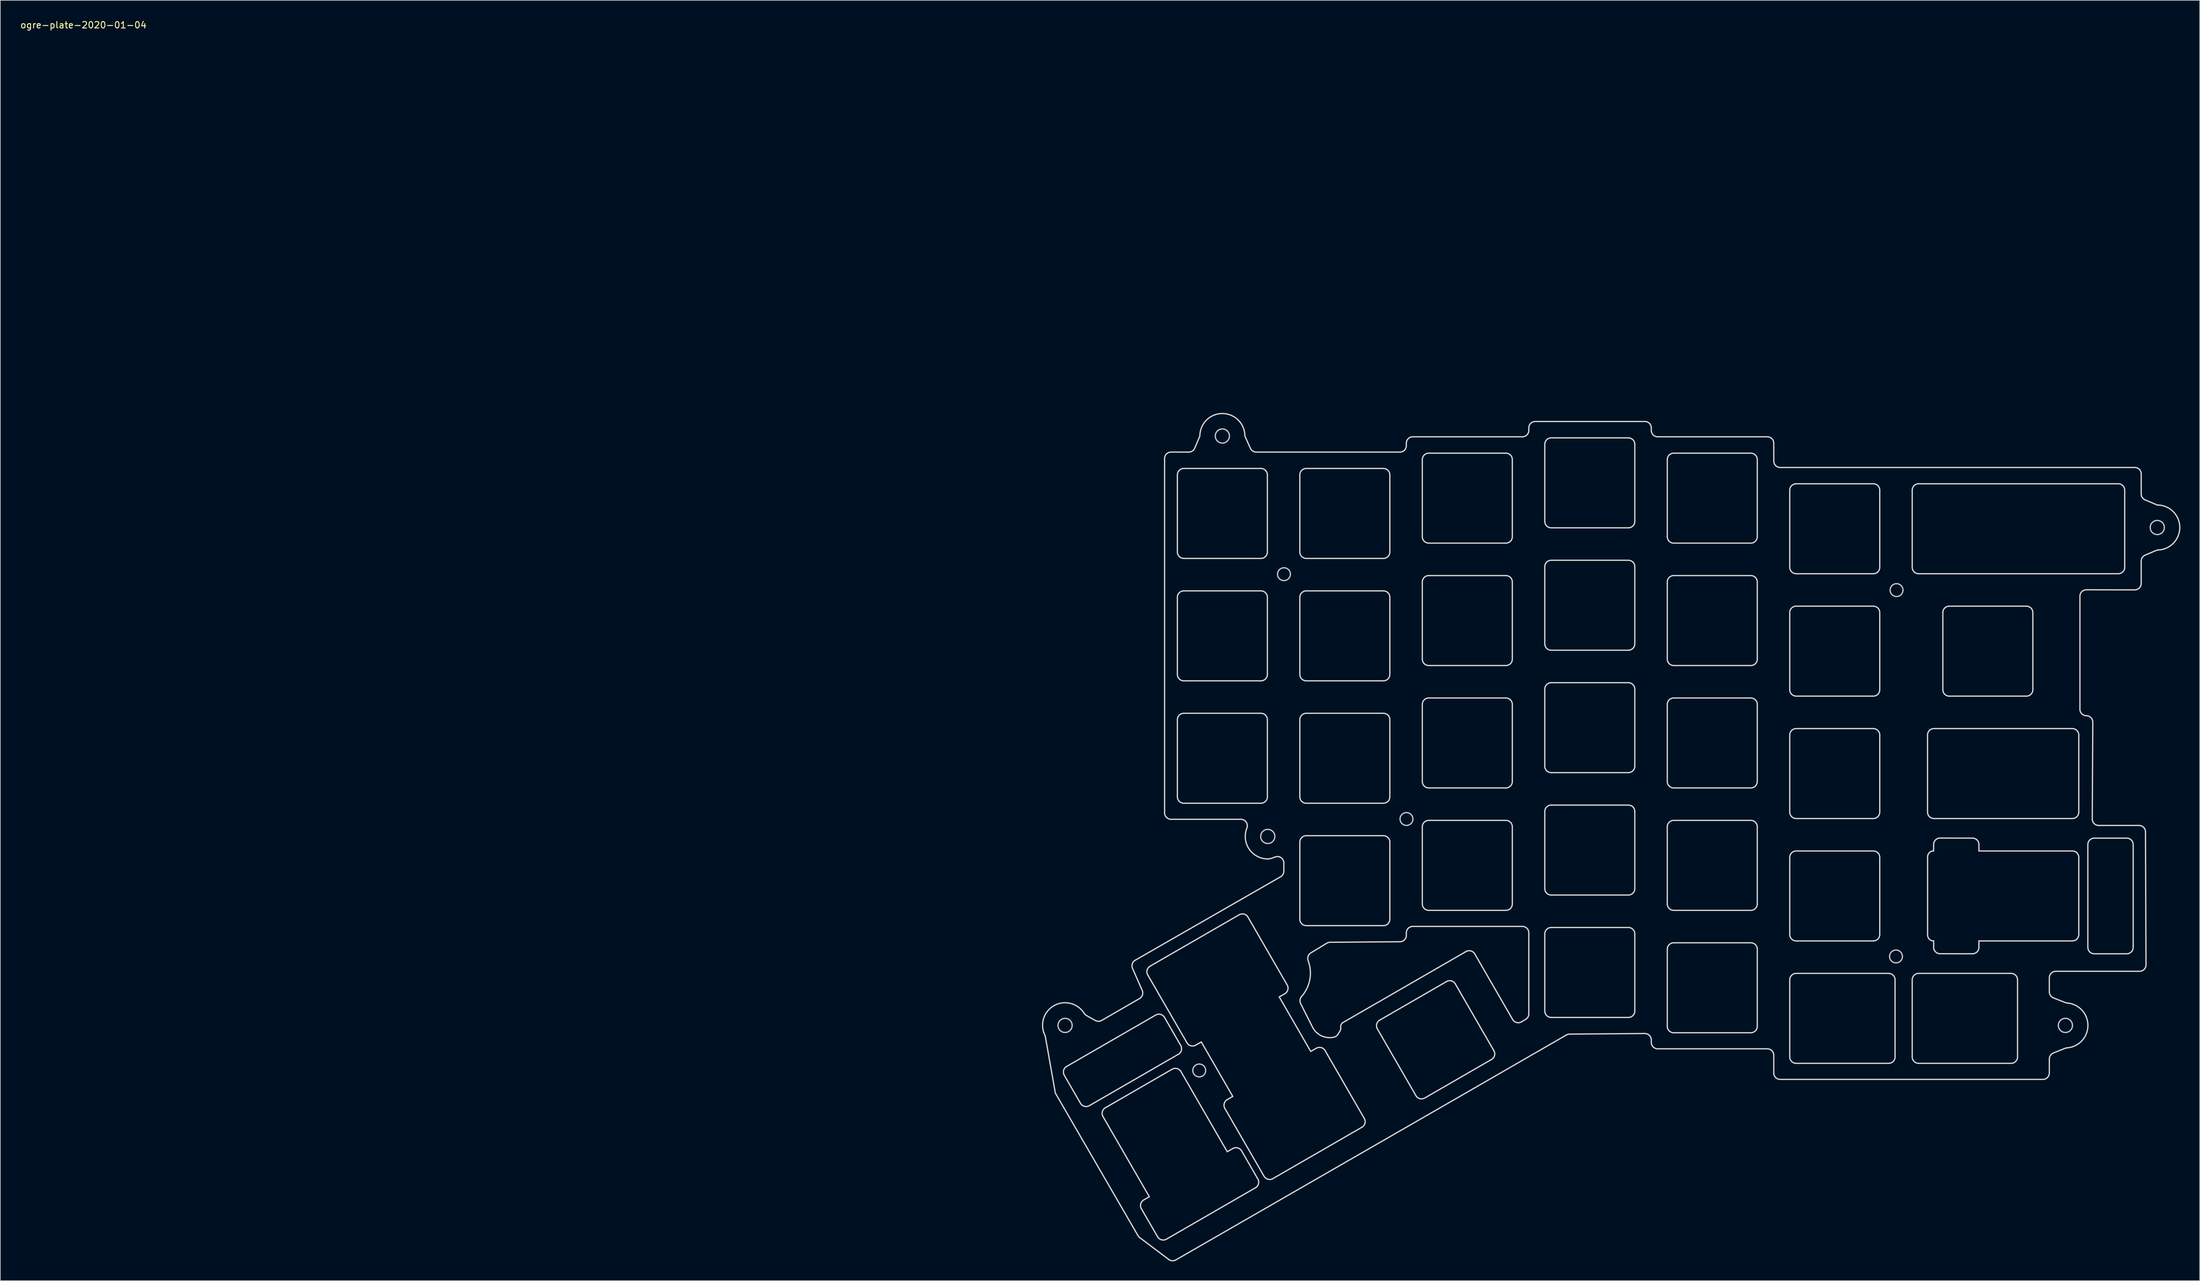
<source format=kicad_pcb>
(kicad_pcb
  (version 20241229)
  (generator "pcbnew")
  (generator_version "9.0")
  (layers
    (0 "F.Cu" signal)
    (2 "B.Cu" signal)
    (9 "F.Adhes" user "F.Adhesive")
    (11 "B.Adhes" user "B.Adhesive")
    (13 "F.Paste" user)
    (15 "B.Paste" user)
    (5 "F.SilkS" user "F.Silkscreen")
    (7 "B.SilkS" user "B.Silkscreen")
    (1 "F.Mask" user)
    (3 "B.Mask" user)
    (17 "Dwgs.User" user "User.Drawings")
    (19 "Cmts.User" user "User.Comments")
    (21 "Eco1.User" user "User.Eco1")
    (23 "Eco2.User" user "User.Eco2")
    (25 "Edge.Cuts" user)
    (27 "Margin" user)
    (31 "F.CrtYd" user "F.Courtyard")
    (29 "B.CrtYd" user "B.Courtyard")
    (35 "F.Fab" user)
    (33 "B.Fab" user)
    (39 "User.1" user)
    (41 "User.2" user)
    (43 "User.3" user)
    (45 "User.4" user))
  (footprint "ogre-plate-2020-01-04"
    (layer "F.Cu")
    (at 9.935 0.348)
    (property "Reference" "ogre-plate-2020-01-04" (at 0 0.5 0) (layer "F.SilkS") (effects (font (size 1 1) (thickness 0.15))))
    (attr through_hole)
    (fp_curve (pts (xy 151.579 156.188) (xy 151.579 155.581) (xy 152.071 155.088) (xy 152.679 155.088)) (stroke (width 0.2) (type solid)) (layer "Dwgs.User"))
    (fp_curve (pts (xy 152.679 155.088) (xy 153.286 155.088) (xy 153.779 155.581) (xy 153.779 156.188)) (stroke (width 0.2) (type solid)) (layer "Dwgs.User"))
    (fp_curve (pts (xy 152.679 157.288) (xy 152.071 157.288) (xy 151.579 156.796) (xy 151.579 156.188)) (stroke (width 0.2) (type solid)) (layer "Dwgs.User"))
    (fp_curve (pts (xy 153.779 156.188) (xy 153.779 156.796) (xy 153.286 157.288) (xy 152.679 157.288)) (stroke (width 0.2) (type solid)) (layer "Dwgs.User"))
    (fp_curve (pts (xy 172.545 163.198) (xy 172.545 162.646) (xy 172.993 162.198) (xy 173.545 162.198)) (stroke (width 0.2) (type solid)) (layer "Dwgs.User"))
    (fp_curve (pts (xy 173.545 162.198) (xy 174.097 162.198) (xy 174.545 162.646) (xy 174.545 163.198)) (stroke (width 0.2) (type solid)) (layer "Dwgs.User"))
    (fp_curve (pts (xy 173.545 164.198) (xy 172.993 164.198) (xy 172.545 163.751) (xy 172.545 163.198)) (stroke (width 0.2) (type solid)) (layer "Dwgs.User"))
    (fp_curve (pts (xy 174.545 163.198) (xy 174.545 163.751) (xy 174.097 164.198) (xy 173.545 164.198)) (stroke (width 0.2) (type solid)) (layer "Dwgs.User"))
    (fp_curve (pts (xy 176.042 64.46) (xy 176.042 63.853) (xy 176.535 63.36) (xy 177.142 63.36)) (stroke (width 0.2) (type solid)) (layer "Dwgs.User"))
    (fp_curve (pts (xy 177.142 63.36) (xy 177.75 63.36) (xy 178.242 63.853) (xy 178.242 64.46)) (stroke (width 0.2) (type solid)) (layer "Dwgs.User"))
    (fp_curve (pts (xy 177.142 65.56) (xy 176.535 65.56) (xy 176.042 65.068) (xy 176.042 64.46)) (stroke (width 0.2) (type solid)) (layer "Dwgs.User"))
    (fp_curve (pts (xy 178.242 64.46) (xy 178.242 65.068) (xy 177.75 65.56) (xy 177.142 65.56)) (stroke (width 0.2) (type solid)) (layer "Dwgs.User"))
    (fp_curve (pts (xy 183.105 126.779) (xy 183.105 126.171) (xy 183.597 125.679) (xy 184.205 125.679)) (stroke (width 0.2) (type solid)) (layer "Dwgs.User"))
    (fp_curve (pts (xy 184.205 125.679) (xy 184.812 125.679) (xy 185.305 126.171) (xy 185.305 126.779)) (stroke (width 0.2) (type solid)) (layer "Dwgs.User"))
    (fp_curve (pts (xy 184.205 127.879) (xy 183.597 127.879) (xy 183.105 127.386) (xy 183.105 126.779)) (stroke (width 0.2) (type solid)) (layer "Dwgs.User"))
    (fp_curve (pts (xy 185.305 126.779) (xy 185.305 127.386) (xy 184.812 127.879) (xy 184.205 127.879)) (stroke (width 0.2) (type solid)) (layer "Dwgs.User"))
    (fp_curve (pts (xy 185.723 85.963) (xy 185.723 85.41) (xy 186.171 84.963) (xy 186.723 84.963)) (stroke (width 0.2) (type solid)) (layer "Dwgs.User"))
    (fp_curve (pts (xy 186.723 84.963) (xy 187.275 84.963) (xy 187.723 85.41) (xy 187.723 85.963)) (stroke (width 0.2) (type solid)) (layer "Dwgs.User"))
    (fp_curve (pts (xy 186.723 86.963) (xy 186.171 86.963) (xy 185.723 86.515) (xy 185.723 85.963)) (stroke (width 0.2) (type solid)) (layer "Dwgs.User"))
    (fp_curve (pts (xy 187.723 85.963) (xy 187.723 86.515) (xy 187.275 86.963) (xy 186.723 86.963)) (stroke (width 0.2) (type solid)) (layer "Dwgs.User"))
    (fp_curve (pts (xy 204.779 124.064) (xy 204.779 123.511) (xy 205.227 123.064) (xy 205.779 123.064)) (stroke (width 0.2) (type solid)) (layer "Dwgs.User"))
    (fp_curve (pts (xy 205.779 123.064) (xy 206.332 123.064) (xy 206.779 123.511) (xy 206.779 124.064)) (stroke (width 0.2) (type solid)) (layer "Dwgs.User"))
    (fp_curve (pts (xy 205.779 125.064) (xy 205.227 125.064) (xy 204.779 124.616) (xy 204.779 124.064)) (stroke (width 0.2) (type solid)) (layer "Dwgs.User"))
    (fp_curve (pts (xy 206.779 124.064) (xy 206.779 124.616) (xy 206.332 125.064) (xy 205.779 125.064)) (stroke (width 0.2) (type solid)) (layer "Dwgs.User"))
    (fp_curve (pts (xy 280.919 145.458) (xy 280.919 144.906) (xy 281.367 144.458) (xy 281.919 144.458)) (stroke (width 0.2) (type solid)) (layer "Dwgs.User"))
    (fp_curve (pts (xy 281.005 88.439) (xy 281.005 87.886) (xy 281.453 87.439) (xy 282.005 87.439)) (stroke (width 0.2) (type solid)) (layer "Dwgs.User"))
    (fp_curve (pts (xy 281.919 144.458) (xy 282.471 144.458) (xy 282.919 144.906) (xy 282.919 145.458)) (stroke (width 0.2) (type solid)) (layer "Dwgs.User"))
    (fp_curve (pts (xy 281.919 146.458) (xy 281.367 146.458) (xy 280.919 146.011) (xy 280.919 145.458)) (stroke (width 0.2) (type solid)) (layer "Dwgs.User"))
    (fp_curve (pts (xy 282.005 87.439) (xy 282.558 87.439) (xy 283.005 87.886) (xy 283.005 88.439)) (stroke (width 0.2) (type solid)) (layer "Dwgs.User"))
    (fp_curve (pts (xy 282.005 89.439) (xy 281.453 89.439) (xy 281.005 88.991) (xy 281.005 88.439)) (stroke (width 0.2) (type solid)) (layer "Dwgs.User"))
    (fp_curve (pts (xy 282.919 145.458) (xy 282.919 146.011) (xy 282.471 146.458) (xy 281.919 146.458)) (stroke (width 0.2) (type solid)) (layer "Dwgs.User"))
    (fp_curve (pts (xy 283.005 88.439) (xy 283.005 88.991) (xy 282.558 89.439) (xy 282.005 89.439)) (stroke (width 0.2) (type solid)) (layer "Dwgs.User"))
    (fp_curve (pts (xy 307.169 156.188) (xy 307.169 155.581) (xy 307.662 155.088) (xy 308.269 155.088)) (stroke (width 0.2) (type solid)) (layer "Dwgs.User"))
    (fp_curve (pts (xy 308.269 155.088) (xy 308.877 155.088) (xy 309.369 155.581) (xy 309.369 156.188)) (stroke (width 0.2) (type solid)) (layer "Dwgs.User"))
    (fp_curve (pts (xy 308.269 157.288) (xy 307.662 157.288) (xy 307.169 156.796) (xy 307.169 156.188)) (stroke (width 0.2) (type solid)) (layer "Dwgs.User"))
    (fp_curve (pts (xy 309.369 156.188) (xy 309.369 156.796) (xy 308.877 157.288) (xy 308.269 157.288)) (stroke (width 0.2) (type solid)) (layer "Dwgs.User"))
    (fp_curve (pts (xy 321.458 78.698) (xy 321.458 78.09) (xy 321.951 77.598) (xy 322.558 77.598)) (stroke (width 0.2) (type solid)) (layer "Dwgs.User"))
    (fp_curve (pts (xy 322.558 77.598) (xy 323.166 77.598) (xy 323.658 78.09) (xy 323.658 78.698)) (stroke (width 0.2) (type solid)) (layer "Dwgs.User"))
    (fp_curve (pts (xy 322.558 79.798) (xy 321.951 79.798) (xy 321.458 79.305) (xy 321.458 78.698)) (stroke (width 0.2) (type solid)) (layer "Dwgs.User"))
    (fp_curve (pts (xy 323.658 78.698) (xy 323.658 79.305) (xy 323.166 79.798) (xy 322.558 79.798)) (stroke (width 0.2) (type solid)) (layer "Dwgs.User"))
    (fp_curve (pts (xy 149.525 157.68) (xy 148.712 155.996) (xy 149.37 153.956) (xy 151.035 153.07)) (stroke (width 0.2) (type solid)) (layer "Edge.Cuts"))
    (fp_curve (pts (xy 149.612 157.939) (xy 149.596 157.849) (xy 149.565 157.762) (xy 149.525 157.68)) (stroke (width 0.2) (type solid)) (layer "Edge.Cuts"))
    (fp_curve (pts (xy 151.035 153.07) (xy 152.661 152.205) (xy 154.662 152.753) (xy 155.632 154.282)) (stroke (width 0.2) (type solid)) (layer "Edge.Cuts"))
    (fp_curve (pts (xy 151.131 166.541) (xy 151.131 166.541) (xy 149.612 157.939) (xy 149.612 157.939)) (stroke (width 0.2) (type solid)) (layer "Edge.Cuts"))
    (fp_curve (pts (xy 151.251 166.87) (xy 151.192 166.768) (xy 151.151 166.657) (xy 151.131 166.541)) (stroke (width 0.2) (type solid)) (layer "Edge.Cuts"))
    (fp_curve (pts (xy 152.552 163.94) (xy 152.552 163.94) (xy 155.077 168.313) (xy 155.077 168.313)) (stroke (width 0.2) (type solid)) (layer "Edge.Cuts"))
    (fp_curve (pts (xy 152.918 162.574) (xy 152.44 162.85) (xy 152.276 163.461) (xy 152.552 163.94)) (stroke (width 0.2) (type solid)) (layer "Edge.Cuts"))
    (fp_curve (pts (xy 155.077 168.313) (xy 155.353 168.791) (xy 155.965 168.955) (xy 156.443 168.679)) (stroke (width 0.2) (type solid)) (layer "Edge.Cuts"))
    (fp_curve (pts (xy 155.632 154.282) (xy 155.727 154.432) (xy 155.851 154.563) (xy 156.006 154.65)) (stroke (width 0.2) (type solid)) (layer "Edge.Cuts"))
    (fp_curve (pts (xy 156.006 154.65) (xy 156.006 154.65) (xy 157.377 155.418) (xy 157.377 155.418)) (stroke (width 0.2) (type solid)) (layer "Edge.Cuts"))
    (fp_curve (pts (xy 156.443 168.679) (xy 156.443 168.679) (xy 170.299 160.679) (xy 170.299 160.679)) (stroke (width 0.2) (type solid)) (layer "Edge.Cuts"))
    (fp_curve (pts (xy 157.377 155.418) (xy 157.684 155.591) (xy 158.06 155.588) (xy 158.366 155.412)) (stroke (width 0.2) (type solid)) (layer "Edge.Cuts"))
    (fp_curve (pts (xy 158.366 155.412) (xy 158.366 155.412) (xy 164.261 152.008) (xy 164.261 152.008)) (stroke (width 0.2) (type solid)) (layer "Edge.Cuts"))
    (fp_curve (pts (xy 158.574 170.37) (xy 158.298 169.892) (xy 158.462 169.28) (xy 158.94 169.004)) (stroke (width 0.2) (type solid)) (layer "Edge.Cuts"))
    (fp_curve (pts (xy 158.94 169.004) (xy 158.94 169.004) (xy 169.332 163.004) (xy 169.332 163.004)) (stroke (width 0.2) (type solid)) (layer "Edge.Cuts"))
    (fp_curve (pts (xy 163.168 147.312) (xy 162.963 146.845) (xy 163.142 146.297) (xy 163.586 146.042)) (stroke (width 0.2) (type solid)) (layer "Edge.Cuts"))
    (fp_curve (pts (xy 163.586 146.042) (xy 163.586 146.042) (xy 186.203 133.054) (xy 186.203 133.054)) (stroke (width 0.2) (type solid)) (layer "Edge.Cuts"))
    (fp_curve (pts (xy 164.025 188.916) (xy 164.025 188.916) (xy 151.251 166.87) (xy 151.251 166.87)) (stroke (width 0.2) (type solid)) (layer "Edge.Cuts"))
    (fp_curve (pts (xy 164.261 152.008) (xy 164.703 151.753) (xy 164.882 151.206) (xy 164.677 150.739)) (stroke (width 0.2) (type solid)) (layer "Edge.Cuts"))
    (fp_curve (pts (xy 164.289 189.214) (xy 164.182 189.133) (xy 164.092 189.032) (xy 164.025 188.916)) (stroke (width 0.2) (type solid)) (layer "Edge.Cuts"))
    (fp_curve (pts (xy 164.547 184.716) (xy 164.271 184.237) (xy 164.435 183.626) (xy 164.913 183.35)) (stroke (width 0.2) (type solid)) (layer "Edge.Cuts"))
    (fp_curve (pts (xy 164.677 150.739) (xy 164.677 150.739) (xy 163.168 147.312) (xy 163.168 147.312)) (stroke (width 0.2) (type solid)) (layer "Edge.Cuts"))
    (fp_curve (pts (xy 164.913 183.35) (xy 164.913 183.35) (xy 165.779 182.849) (xy 165.779 182.849)) (stroke (width 0.2) (type solid)) (layer "Edge.Cuts"))
    (fp_curve (pts (xy 165.538 148.331) (xy 165.262 147.853) (xy 165.426 147.241) (xy 165.904 146.965)) (stroke (width 0.2) (type solid)) (layer "Edge.Cuts"))
    (fp_curve (pts (xy 165.779 182.849) (xy 165.779 182.849) (xy 158.574 170.37) (xy 158.574 170.37)) (stroke (width 0.2) (type solid)) (layer "Edge.Cuts"))
    (fp_curve (pts (xy 165.904 146.965) (xy 165.904 146.965) (xy 179.76 138.965) (xy 179.76 138.965)) (stroke (width 0.2) (type solid)) (layer "Edge.Cuts"))
    (fp_curve (pts (xy 166.774 154.574) (xy 166.774 154.574) (xy 152.918 162.574) (xy 152.918 162.574)) (stroke (width 0.2) (type solid)) (layer "Edge.Cuts"))
    (fp_curve (pts (xy 167.072 189.089) (xy 167.072 189.089) (xy 164.547 184.716) (xy 164.547 184.716)) (stroke (width 0.2) (type solid)) (layer "Edge.Cuts"))
    (fp_curve (pts (xy 168.14 154.94) (xy 167.864 154.461) (xy 167.253 154.297) (xy 166.774 154.574)) (stroke (width 0.2) (type solid)) (layer "Edge.Cuts"))
    (fp_curve (pts (xy 168.157 67.96) (xy 168.157 67.408) (xy 168.604 66.96) (xy 169.157 66.96)) (stroke (width 0.2) (type solid)) (layer "Edge.Cuts"))
    (fp_curve (pts (xy 168.157 123.11) (xy 168.157 123.11) (xy 168.157 67.96) (xy 168.157 67.96)) (stroke (width 0.2) (type solid)) (layer "Edge.Cuts"))
    (fp_curve (pts (xy 168.438 189.455) (xy 167.96 189.731) (xy 167.348 189.567) (xy 167.072 189.089)) (stroke (width 0.2) (type solid)) (layer "Edge.Cuts"))
    (fp_curve (pts (xy 168.809 192.616) (xy 168.809 192.616) (xy 164.289 189.214) (xy 164.289 189.214)) (stroke (width 0.2) (type solid)) (layer "Edge.Cuts"))
    (fp_curve (pts (xy 169.157 66.96) (xy 169.157 66.96) (xy 170.016 66.96) (xy 170.016 66.96)) (stroke (width 0.2) (type solid)) (layer "Edge.Cuts"))
    (fp_curve (pts (xy 169.157 124.11) (xy 168.604 124.11) (xy 168.157 123.663) (xy 168.157 123.11)) (stroke (width 0.2) (type solid)) (layer "Edge.Cuts"))
    (fp_curve (pts (xy 169.332 163.004) (xy 169.811 162.728) (xy 170.422 162.892) (xy 170.698 163.37)) (stroke (width 0.2) (type solid)) (layer "Edge.Cuts"))
    (fp_curve (pts (xy 169.909 192.684) (xy 169.562 192.884) (xy 169.129 192.858) (xy 168.809 192.616)) (stroke (width 0.2) (type solid)) (layer "Edge.Cuts"))
    (fp_curve (pts (xy 170.016 66.96) (xy 170.016 66.96) (xy 171.921 66.96) (xy 171.921 66.96)) (stroke (width 0.2) (type solid)) (layer "Edge.Cuts"))
    (fp_curve (pts (xy 170.142 70.51) (xy 170.142 70.51) (xy 170.142 82.51) (xy 170.142 82.51)) (stroke (width 0.2) (type solid)) (layer "Edge.Cuts"))
    (fp_curve (pts (xy 170.142 82.51) (xy 170.142 83.062) (xy 170.59 83.51) (xy 171.142 83.51)) (stroke (width 0.2) (type solid)) (layer "Edge.Cuts"))
    (fp_curve (pts (xy 170.142 89.56) (xy 170.142 89.56) (xy 170.142 101.56) (xy 170.142 101.56)) (stroke (width 0.2) (type solid)) (layer "Edge.Cuts"))
    (fp_curve (pts (xy 170.142 101.56) (xy 170.142 102.112) (xy 170.59 102.56) (xy 171.142 102.56)) (stroke (width 0.2) (type solid)) (layer "Edge.Cuts"))
    (fp_curve (pts (xy 170.142 108.61) (xy 170.142 108.61) (xy 170.142 120.61) (xy 170.142 120.61)) (stroke (width 0.2) (type solid)) (layer "Edge.Cuts"))
    (fp_curve (pts (xy 170.142 120.61) (xy 170.142 121.162) (xy 170.59 121.61) (xy 171.142 121.61)) (stroke (width 0.2) (type solid)) (layer "Edge.Cuts"))
    (fp_curve (pts (xy 170.299 160.679) (xy 170.778 160.403) (xy 170.942 159.791) (xy 170.665 159.313)) (stroke (width 0.2) (type solid)) (layer "Edge.Cuts"))
    (fp_curve (pts (xy 170.665 159.313) (xy 170.665 159.313) (xy 168.14 154.94) (xy 168.14 154.94)) (stroke (width 0.2) (type solid)) (layer "Edge.Cuts"))
    (fp_curve (pts (xy 170.698 163.37) (xy 170.698 163.37) (xy 177.903 175.849) (xy 177.903 175.849)) (stroke (width 0.2) (type solid)) (layer "Edge.Cuts"))
    (fp_curve (pts (xy 171.142 69.51) (xy 170.59 69.51) (xy 170.142 69.958) (xy 170.142 70.51)) (stroke (width 0.2) (type solid)) (layer "Edge.Cuts"))
    (fp_curve (pts (xy 171.142 83.51) (xy 171.142 83.51) (xy 183.142 83.51) (xy 183.142 83.51)) (stroke (width 0.2) (type solid)) (layer "Edge.Cuts"))
    (fp_curve (pts (xy 171.142 88.56) (xy 170.59 88.56) (xy 170.142 89.008) (xy 170.142 89.56)) (stroke (width 0.2) (type solid)) (layer "Edge.Cuts"))
    (fp_curve (pts (xy 171.142 102.56) (xy 171.142 102.56) (xy 183.142 102.56) (xy 183.142 102.56)) (stroke (width 0.2) (type solid)) (layer "Edge.Cuts"))
    (fp_curve (pts (xy 171.142 107.61) (xy 170.59 107.61) (xy 170.142 108.058) (xy 170.142 108.61)) (stroke (width 0.2) (type solid)) (layer "Edge.Cuts"))
    (fp_curve (pts (xy 171.142 121.61) (xy 171.142 121.61) (xy 183.142 121.61) (xy 183.142 121.61)) (stroke (width 0.2) (type solid)) (layer "Edge.Cuts"))
    (fp_curve (pts (xy 171.635 158.891) (xy 171.635 158.891) (xy 165.538 148.331) (xy 165.538 148.331)) (stroke (width 0.2) (type solid)) (layer "Edge.Cuts"))
    (fp_curve (pts (xy 171.921 66.96) (xy 172.323 66.96) (xy 172.686 66.72) (xy 172.842 66.35)) (stroke (width 0.2) (type solid)) (layer "Edge.Cuts"))
    (fp_curve (pts (xy 172.842 66.35) (xy 172.842 66.35) (xy 173.642 64.46) (xy 173.642 64.46)) (stroke (width 0.2) (type solid)) (layer "Edge.Cuts"))
    (fp_curve (pts (xy 173.001 159.257) (xy 172.522 159.533) (xy 171.911 159.37) (xy 171.635 158.891)) (stroke (width 0.2) (type solid)) (layer "Edge.Cuts"))
    (fp_curve (pts (xy 173.642 64.46) (xy 173.642 62.527) (xy 175.209 60.96) (xy 177.142 60.96)) (stroke (width 0.2) (type solid)) (layer "Edge.Cuts"))
    (fp_curve (pts (xy 173.867 158.757) (xy 173.867 158.757) (xy 173.001 159.257) (xy 173.001 159.257)) (stroke (width 0.2) (type solid)) (layer "Edge.Cuts"))
    (fp_curve (pts (xy 177.142 60.96) (xy 179.075 60.96) (xy 180.642 62.527) (xy 180.642 64.46)) (stroke (width 0.2) (type solid)) (layer "Edge.Cuts"))
    (fp_curve (pts (xy 177.53 169.103) (xy 177.255 168.626) (xy 177.417 168.017) (xy 177.892 167.74)) (stroke (width 0.2) (type solid)) (layer "Edge.Cuts"))
    (fp_curve (pts (xy 177.892 167.74) (xy 177.892 167.74) (xy 178.76 167.233) (xy 178.76 167.233)) (stroke (width 0.2) (type solid)) (layer "Edge.Cuts"))
    (fp_curve (pts (xy 177.903 175.849) (xy 177.903 175.849) (xy 178.769 175.35) (xy 178.769 175.35)) (stroke (width 0.2) (type solid)) (layer "Edge.Cuts"))
    (fp_curve (pts (xy 178.76 167.233) (xy 178.76 167.233) (xy 173.867 158.757) (xy 173.867 158.757)) (stroke (width 0.2) (type solid)) (layer "Edge.Cuts"))
    (fp_curve (pts (xy 178.769 175.35) (xy 179.248 175.073) (xy 179.859 175.237) (xy 180.135 175.716)) (stroke (width 0.2) (type solid)) (layer "Edge.Cuts"))
    (fp_curve (pts (xy 179.76 138.965) (xy 180.239 138.689) (xy 180.85 138.853) (xy 181.126 139.331)) (stroke (width 0.2) (type solid)) (layer "Edge.Cuts"))
    (fp_curve (pts (xy 180.026 124.109) (xy 180.026 124.109) (xy 169.157 124.11) (xy 169.157 124.11)) (stroke (width 0.2) (type solid)) (layer "Edge.Cuts"))
    (fp_curve (pts (xy 180.135 175.716) (xy 180.135 175.716) (xy 182.66 180.089) (xy 182.66 180.089)) (stroke (width 0.2) (type solid)) (layer "Edge.Cuts"))
    (fp_curve (pts (xy 180.642 64.46) (xy 180.642 64.46) (xy 181.498 66.369) (xy 181.498 66.369)) (stroke (width 0.2) (type solid)) (layer "Edge.Cuts"))
    (fp_curve (pts (xy 180.705 126.779) (xy 180.705 126.329) (xy 180.79 125.899) (xy 180.944 125.504)) (stroke (width 0.2) (type solid)) (layer "Edge.Cuts"))
    (fp_curve (pts (xy 180.944 125.504) (xy 181.206 124.835) (xy 180.744 124.109) (xy 180.026 124.109)) (stroke (width 0.2) (type solid)) (layer "Edge.Cuts"))
    (fp_curve (pts (xy 181.126 139.331) (xy 181.126 139.331) (xy 187.223 149.891) (xy 187.223 149.891)) (stroke (width 0.2) (type solid)) (layer "Edge.Cuts"))
    (fp_curve (pts (xy 181.498 66.369) (xy 181.659 66.729) (xy 182.017 66.96) (xy 182.411 66.96)) (stroke (width 0.2) (type solid)) (layer "Edge.Cuts"))
    (fp_curve (pts (xy 182.294 181.455) (xy 182.294 181.455) (xy 168.438 189.455) (xy 168.438 189.455)) (stroke (width 0.2) (type solid)) (layer "Edge.Cuts"))
    (fp_curve (pts (xy 182.411 66.96) (xy 182.411 66.96) (xy 204.757 66.96) (xy 204.757 66.96)) (stroke (width 0.2) (type solid)) (layer "Edge.Cuts"))
    (fp_curve (pts (xy 182.66 180.089) (xy 182.937 180.567) (xy 182.773 181.179) (xy 182.294 181.455)) (stroke (width 0.2) (type solid)) (layer "Edge.Cuts"))
    (fp_curve (pts (xy 183.142 69.51) (xy 183.142 69.51) (xy 171.142 69.51) (xy 171.142 69.51)) (stroke (width 0.2) (type solid)) (layer "Edge.Cuts"))
    (fp_curve (pts (xy 183.142 83.51) (xy 183.695 83.51) (xy 184.142 83.062) (xy 184.142 82.51)) (stroke (width 0.2) (type solid)) (layer "Edge.Cuts"))
    (fp_curve (pts (xy 183.142 88.56) (xy 183.142 88.56) (xy 171.142 88.56) (xy 171.142 88.56)) (stroke (width 0.2) (type solid)) (layer "Edge.Cuts"))
    (fp_curve (pts (xy 183.142 102.56) (xy 183.695 102.56) (xy 184.142 102.112) (xy 184.142 101.56)) (stroke (width 0.2) (type solid)) (layer "Edge.Cuts"))
    (fp_curve (pts (xy 183.142 107.61) (xy 183.142 107.61) (xy 171.142 107.61) (xy 171.142 107.61)) (stroke (width 0.2) (type solid)) (layer "Edge.Cuts"))
    (fp_curve (pts (xy 183.142 121.61) (xy 183.695 121.61) (xy 184.142 121.162) (xy 184.142 120.61)) (stroke (width 0.2) (type solid)) (layer "Edge.Cuts"))
    (fp_curve (pts (xy 183.63 179.667) (xy 183.63 179.667) (xy 177.53 169.103) (xy 177.53 169.103)) (stroke (width 0.2) (type solid)) (layer "Edge.Cuts"))
    (fp_curve (pts (xy 184.142 70.51) (xy 184.142 69.958) (xy 183.695 69.51) (xy 183.142 69.51)) (stroke (width 0.2) (type solid)) (layer "Edge.Cuts"))
    (fp_curve (pts (xy 184.142 82.51) (xy 184.142 82.51) (xy 184.142 70.51) (xy 184.142 70.51)) (stroke (width 0.2) (type solid)) (layer "Edge.Cuts"))
    (fp_curve (pts (xy 184.142 89.56) (xy 184.142 89.008) (xy 183.695 88.56) (xy 183.142 88.56)) (stroke (width 0.2) (type solid)) (layer "Edge.Cuts"))
    (fp_curve (pts (xy 184.142 101.56) (xy 184.142 101.56) (xy 184.142 89.56) (xy 184.142 89.56)) (stroke (width 0.2) (type solid)) (layer "Edge.Cuts"))
    (fp_curve (pts (xy 184.142 108.61) (xy 184.142 108.058) (xy 183.695 107.61) (xy 183.142 107.61)) (stroke (width 0.2) (type solid)) (layer "Edge.Cuts"))
    (fp_curve (pts (xy 184.142 120.61) (xy 184.142 120.61) (xy 184.142 108.61) (xy 184.142 108.61)) (stroke (width 0.2) (type solid)) (layer "Edge.Cuts"))
    (fp_curve (pts (xy 184.205 130.279) (xy 182.272 130.279) (xy 180.705 128.712) (xy 180.705 126.779)) (stroke (width 0.2) (type solid)) (layer "Edge.Cuts"))
    (fp_curve (pts (xy 184.996 180.033) (xy 184.517 180.309) (xy 183.906 180.146) (xy 183.63 179.667)) (stroke (width 0.2) (type solid)) (layer "Edge.Cuts"))
    (fp_curve (pts (xy 185.309 129.987) (xy 184.921 130.152) (xy 184.52 130.279) (xy 184.205 130.279)) (stroke (width 0.2) (type solid)) (layer "Edge.Cuts"))
    (fp_curve (pts (xy 185.991 151.757) (xy 185.991 151.757) (xy 190.889 160.241) (xy 190.889 160.241)) (stroke (width 0.2) (type solid)) (layer "Edge.Cuts"))
    (fp_curve (pts (xy 186.203 133.054) (xy 186.513 132.876) (xy 186.705 132.545) (xy 186.705 132.187)) (stroke (width 0.2) (type solid)) (layer "Edge.Cuts"))
    (fp_curve (pts (xy 186.705 132.187) (xy 186.705 132.187) (xy 186.705 130.905) (xy 186.705 130.905)) (stroke (width 0.2) (type solid)) (layer "Edge.Cuts"))
    (fp_curve (pts (xy 186.705 130.905) (xy 186.705 130.186) (xy 185.971 129.706) (xy 185.309 129.987)) (stroke (width 0.2) (type solid)) (layer "Edge.Cuts"))
    (fp_curve (pts (xy 186.857 151.257) (xy 186.857 151.257) (xy 185.991 151.757) (xy 185.991 151.757)) (stroke (width 0.2) (type solid)) (layer "Edge.Cuts"))
    (fp_curve (pts (xy 187.223 149.891) (xy 187.499 150.37) (xy 187.335 150.981) (xy 186.857 151.257)) (stroke (width 0.2) (type solid)) (layer "Edge.Cuts"))
    (fp_curve (pts (xy 189.192 70.51) (xy 189.192 70.51) (xy 189.192 82.51) (xy 189.192 82.51)) (stroke (width 0.2) (type solid)) (layer "Edge.Cuts"))
    (fp_curve (pts (xy 189.192 82.51) (xy 189.192 83.062) (xy 189.64 83.51) (xy 190.192 83.51)) (stroke (width 0.2) (type solid)) (layer "Edge.Cuts"))
    (fp_curve (pts (xy 189.192 89.56) (xy 189.192 89.56) (xy 189.192 101.56) (xy 189.192 101.56)) (stroke (width 0.2) (type solid)) (layer "Edge.Cuts"))
    (fp_curve (pts (xy 189.192 101.56) (xy 189.192 102.112) (xy 189.64 102.56) (xy 190.192 102.56)) (stroke (width 0.2) (type solid)) (layer "Edge.Cuts"))
    (fp_curve (pts (xy 189.192 108.61) (xy 189.192 108.61) (xy 189.192 120.61) (xy 189.192 120.61)) (stroke (width 0.2) (type solid)) (layer "Edge.Cuts"))
    (fp_curve (pts (xy 189.192 120.61) (xy 189.192 121.162) (xy 189.64 121.61) (xy 190.192 121.61)) (stroke (width 0.2) (type solid)) (layer "Edge.Cuts"))
    (fp_curve (pts (xy 189.192 127.66) (xy 189.192 127.66) (xy 189.192 139.66) (xy 189.192 139.66)) (stroke (width 0.2) (type solid)) (layer "Edge.Cuts"))
    (fp_curve (pts (xy 189.192 139.66) (xy 189.192 140.212) (xy 189.64 140.66) (xy 190.192 140.66)) (stroke (width 0.2) (type solid)) (layer "Edge.Cuts"))
    (fp_curve (pts (xy 189.321 152.798) (xy 189.321 152.798) (xy 191.224 156.577) (xy 191.224 156.577)) (stroke (width 0.2) (type solid)) (layer "Edge.Cuts"))
    (fp_curve (pts (xy 189.439 151.715) (xy 189.19 152.021) (xy 189.143 152.445) (xy 189.321 152.798)) (stroke (width 0.2) (type solid)) (layer "Edge.Cuts"))
    (fp_curve (pts (xy 189.47 151.678) (xy 189.47 151.678) (xy 189.439 151.715) (xy 189.439 151.715)) (stroke (width 0.2) (type solid)) (layer "Edge.Cuts"))
    (fp_curve (pts (xy 190.192 69.51) (xy 189.64 69.51) (xy 189.192 69.958) (xy 189.192 70.51)) (stroke (width 0.2) (type solid)) (layer "Edge.Cuts"))
    (fp_curve (pts (xy 190.192 83.51) (xy 190.192 83.51) (xy 202.192 83.51) (xy 202.192 83.51)) (stroke (width 0.2) (type solid)) (layer "Edge.Cuts"))
    (fp_curve (pts (xy 190.192 88.56) (xy 189.64 88.56) (xy 189.192 89.008) (xy 189.192 89.56)) (stroke (width 0.2) (type solid)) (layer "Edge.Cuts"))
    (fp_curve (pts (xy 190.192 102.56) (xy 190.192 102.56) (xy 202.192 102.56) (xy 202.192 102.56)) (stroke (width 0.2) (type solid)) (layer "Edge.Cuts"))
    (fp_curve (pts (xy 190.192 107.61) (xy 189.64 107.61) (xy 189.192 108.058) (xy 189.192 108.61)) (stroke (width 0.2) (type solid)) (layer "Edge.Cuts"))
    (fp_curve (pts (xy 190.192 121.61) (xy 190.192 121.61) (xy 202.192 121.61) (xy 202.192 121.61)) (stroke (width 0.2) (type solid)) (layer "Edge.Cuts"))
    (fp_curve (pts (xy 190.192 126.66) (xy 189.64 126.66) (xy 189.192 127.108) (xy 189.192 127.66)) (stroke (width 0.2) (type solid)) (layer "Edge.Cuts"))
    (fp_curve (pts (xy 190.192 140.66) (xy 190.192 140.66) (xy 202.192 140.66) (xy 202.192 140.66)) (stroke (width 0.2) (type solid)) (layer "Edge.Cuts"))
    (fp_curve (pts (xy 190.481 146.102) (xy 190.715 146.722) (xy 190.837 147.383) (xy 190.837 148.049)) (stroke (width 0.2) (type solid)) (layer "Edge.Cuts"))
    (fp_curve (pts (xy 190.837 148.049) (xy 190.837 149.386) (xy 190.351 150.674) (xy 189.47 151.678)) (stroke (width 0.2) (type solid)) (layer "Edge.Cuts"))
    (fp_curve (pts (xy 190.889 160.241) (xy 190.889 160.241) (xy 191.755 159.741) (xy 191.755 159.741)) (stroke (width 0.2) (type solid)) (layer "Edge.Cuts"))
    (fp_curve (pts (xy 190.897 144.907) (xy 190.491 145.155) (xy 190.312 145.657) (xy 190.481 146.102)) (stroke (width 0.2) (type solid)) (layer "Edge.Cuts"))
    (fp_curve (pts (xy 191.224 156.577) (xy 191.627 157.286) (xy 192.285 157.789) (xy 193.074 157.995)) (stroke (width 0.2) (type solid)) (layer "Edge.Cuts"))
    (fp_curve (pts (xy 191.755 159.741) (xy 192.234 159.465) (xy 192.845 159.629) (xy 193.121 160.107)) (stroke (width 0.2) (type solid)) (layer "Edge.Cuts"))
    (fp_curve (pts (xy 193.074 157.995) (xy 193.327 158.06) (xy 193.582 158.093) (xy 193.836 158.093)) (stroke (width 0.2) (type solid)) (layer "Edge.Cuts"))
    (fp_curve (pts (xy 193.121 160.107) (xy 193.121 160.107) (xy 199.218 170.667) (xy 199.218 170.667)) (stroke (width 0.2) (type solid)) (layer "Edge.Cuts"))
    (fp_curve (pts (xy 193.388 143.387) (xy 193.388 143.387) (xy 190.897 144.907) (xy 190.897 144.907)) (stroke (width 0.2) (type solid)) (layer "Edge.Cuts"))
    (fp_curve (pts (xy 193.836 158.093) (xy 194.065 158.093) (xy 194.292 158.066) (xy 194.514 158.014)) (stroke (width 0.2) (type solid)) (layer "Edge.Cuts"))
    (fp_curve (pts (xy 193.891 143.247) (xy 193.714 143.248) (xy 193.54 143.297) (xy 193.388 143.387)) (stroke (width 0.2) (type solid)) (layer "Edge.Cuts"))
    (fp_curve (pts (xy 194.514 158.014) (xy 194.771 157.953) (xy 194.992 157.788) (xy 195.13 157.563)) (stroke (width 0.2) (type solid)) (layer "Edge.Cuts"))
    (fp_curve (pts (xy 195.13 157.563) (xy 195.13 157.563) (xy 195.407 157.112) (xy 195.407 157.112)) (stroke (width 0.2) (type solid)) (layer "Edge.Cuts"))
    (fp_curve (pts (xy 195.407 157.112) (xy 195.524 156.923) (xy 195.577 156.699) (xy 195.548 156.479)) (stroke (width 0.2) (type solid)) (layer "Edge.Cuts"))
    (fp_curve (pts (xy 195.548 156.479) (xy 195.509 156.187) (xy 195.646 155.887) (xy 195.916 155.731)) (stroke (width 0.2) (type solid)) (layer "Edge.Cuts"))
    (fp_curve (pts (xy 195.916 155.731) (xy 195.916 155.731) (xy 215.036 144.694) (xy 215.036 144.694)) (stroke (width 0.2) (type solid)) (layer "Edge.Cuts"))
    (fp_curve (pts (xy 198.852 172.033) (xy 198.852 172.033) (xy 184.996 180.033) (xy 184.996 180.033)) (stroke (width 0.2) (type solid)) (layer "Edge.Cuts"))
    (fp_curve (pts (xy 199.218 170.667) (xy 199.494 171.146) (xy 199.33 171.757) (xy 198.852 172.033)) (stroke (width 0.2) (type solid)) (layer "Edge.Cuts"))
    (fp_curve (pts (xy 201.251 156.728) (xy 201.251 156.728) (xy 207.251 167.12) (xy 207.251 167.12)) (stroke (width 0.2) (type solid)) (layer "Edge.Cuts"))
    (fp_curve (pts (xy 201.617 155.362) (xy 201.139 155.638) (xy 200.975 156.249) (xy 201.251 156.728)) (stroke (width 0.2) (type solid)) (layer "Edge.Cuts"))
    (fp_curve (pts (xy 202.192 69.51) (xy 202.192 69.51) (xy 190.192 69.51) (xy 190.192 69.51)) (stroke (width 0.2) (type solid)) (layer "Edge.Cuts"))
    (fp_curve (pts (xy 202.192 83.51) (xy 202.745 83.51) (xy 203.192 83.062) (xy 203.192 82.51)) (stroke (width 0.2) (type solid)) (layer "Edge.Cuts"))
    (fp_curve (pts (xy 202.192 88.56) (xy 202.192 88.56) (xy 190.192 88.56) (xy 190.192 88.56)) (stroke (width 0.2) (type solid)) (layer "Edge.Cuts"))
    (fp_curve (pts (xy 202.192 102.56) (xy 202.745 102.56) (xy 203.192 102.112) (xy 203.192 101.56)) (stroke (width 0.2) (type solid)) (layer "Edge.Cuts"))
    (fp_curve (pts (xy 202.192 107.61) (xy 202.192 107.61) (xy 190.192 107.61) (xy 190.192 107.61)) (stroke (width 0.2) (type solid)) (layer "Edge.Cuts"))
    (fp_curve (pts (xy 202.192 121.61) (xy 202.745 121.61) (xy 203.192 121.162) (xy 203.192 120.61)) (stroke (width 0.2) (type solid)) (layer "Edge.Cuts"))
    (fp_curve (pts (xy 202.192 126.66) (xy 202.192 126.66) (xy 190.192 126.66) (xy 190.192 126.66)) (stroke (width 0.2) (type solid)) (layer "Edge.Cuts"))
    (fp_curve (pts (xy 202.192 140.66) (xy 202.745 140.66) (xy 203.192 140.212) (xy 203.192 139.66)) (stroke (width 0.2) (type solid)) (layer "Edge.Cuts"))
    (fp_curve (pts (xy 203.192 70.51) (xy 203.192 69.958) (xy 202.745 69.51) (xy 202.192 69.51)) (stroke (width 0.2) (type solid)) (layer "Edge.Cuts"))
    (fp_curve (pts (xy 203.192 82.51) (xy 203.192 82.51) (xy 203.192 70.51) (xy 203.192 70.51)) (stroke (width 0.2) (type solid)) (layer "Edge.Cuts"))
    (fp_curve (pts (xy 203.192 89.56) (xy 203.192 89.008) (xy 202.745 88.56) (xy 202.192 88.56)) (stroke (width 0.2) (type solid)) (layer "Edge.Cuts"))
    (fp_curve (pts (xy 203.192 101.56) (xy 203.192 101.56) (xy 203.192 89.56) (xy 203.192 89.56)) (stroke (width 0.2) (type solid)) (layer "Edge.Cuts"))
    (fp_curve (pts (xy 203.192 108.61) (xy 203.192 108.058) (xy 202.745 107.61) (xy 202.192 107.61)) (stroke (width 0.2) (type solid)) (layer "Edge.Cuts"))
    (fp_curve (pts (xy 203.192 120.61) (xy 203.192 120.61) (xy 203.192 108.61) (xy 203.192 108.61)) (stroke (width 0.2) (type solid)) (layer "Edge.Cuts"))
    (fp_curve (pts (xy 203.192 127.66) (xy 203.192 127.108) (xy 202.745 126.66) (xy 202.192 126.66)) (stroke (width 0.2) (type solid)) (layer "Edge.Cuts"))
    (fp_curve (pts (xy 203.192 139.66) (xy 203.192 139.66) (xy 203.192 127.66) (xy 203.192 127.66)) (stroke (width 0.2) (type solid)) (layer "Edge.Cuts"))
    (fp_curve (pts (xy 204.757 66.96) (xy 205.309 66.96) (xy 205.757 66.512) (xy 205.757 65.96)) (stroke (width 0.2) (type solid)) (layer "Edge.Cuts"))
    (fp_curve (pts (xy 204.764 143.167) (xy 204.764 143.167) (xy 193.891 143.247) (xy 193.891 143.247)) (stroke (width 0.2) (type solid)) (layer "Edge.Cuts"))
    (fp_curve (pts (xy 205.757 65.58) (xy 205.757 65.028) (xy 206.204 64.58) (xy 206.757 64.58)) (stroke (width 0.2) (type solid)) (layer "Edge.Cuts"))
    (fp_curve (pts (xy 205.757 65.96) (xy 205.757 65.96) (xy 205.757 65.58) (xy 205.757 65.58)) (stroke (width 0.2) (type solid)) (layer "Edge.Cuts"))
    (fp_curve (pts (xy 205.757 141.78) (xy 205.757 141.78) (xy 205.757 142.167) (xy 205.757 142.167)) (stroke (width 0.2) (type solid)) (layer "Edge.Cuts"))
    (fp_curve (pts (xy 205.757 142.167) (xy 205.757 142.717) (xy 205.314 143.163) (xy 204.764 143.167)) (stroke (width 0.2) (type solid)) (layer "Edge.Cuts"))
    (fp_curve (pts (xy 206.757 64.58) (xy 206.757 64.58) (xy 223.807 64.58) (xy 223.807 64.58)) (stroke (width 0.2) (type solid)) (layer "Edge.Cuts"))
    (fp_curve (pts (xy 206.757 140.78) (xy 206.204 140.78) (xy 205.757 141.228) (xy 205.757 141.78)) (stroke (width 0.2) (type solid)) (layer "Edge.Cuts"))
    (fp_curve (pts (xy 207.251 167.12) (xy 207.527 167.598) (xy 208.139 167.762) (xy 208.617 167.486)) (stroke (width 0.2) (type solid)) (layer "Edge.Cuts"))
    (fp_curve (pts (xy 208.242 68.129) (xy 208.242 68.129) (xy 208.242 80.129) (xy 208.242 80.129)) (stroke (width 0.2) (type solid)) (layer "Edge.Cuts"))
    (fp_curve (pts (xy 208.242 80.129) (xy 208.242 80.681) (xy 208.69 81.129) (xy 209.242 81.129)) (stroke (width 0.2) (type solid)) (layer "Edge.Cuts"))
    (fp_curve (pts (xy 208.242 87.179) (xy 208.242 87.179) (xy 208.242 99.179) (xy 208.242 99.179)) (stroke (width 0.2) (type solid)) (layer "Edge.Cuts"))
    (fp_curve (pts (xy 208.242 99.179) (xy 208.242 99.731) (xy 208.69 100.179) (xy 209.242 100.179)) (stroke (width 0.2) (type solid)) (layer "Edge.Cuts"))
    (fp_curve (pts (xy 208.242 106.229) (xy 208.242 106.229) (xy 208.242 118.229) (xy 208.242 118.229)) (stroke (width 0.2) (type solid)) (layer "Edge.Cuts"))
    (fp_curve (pts (xy 208.242 118.229) (xy 208.242 118.781) (xy 208.69 119.229) (xy 209.242 119.229)) (stroke (width 0.2) (type solid)) (layer "Edge.Cuts"))
    (fp_curve (pts (xy 208.242 125.279) (xy 208.242 125.279) (xy 208.242 137.279) (xy 208.242 137.279)) (stroke (width 0.2) (type solid)) (layer "Edge.Cuts"))
    (fp_curve (pts (xy 208.242 137.279) (xy 208.242 137.831) (xy 208.69 138.279) (xy 209.242 138.279)) (stroke (width 0.2) (type solid)) (layer "Edge.Cuts"))
    (fp_curve (pts (xy 208.617 167.486) (xy 208.617 167.486) (xy 219.01 161.486) (xy 219.01 161.486)) (stroke (width 0.2) (type solid)) (layer "Edge.Cuts"))
    (fp_curve (pts (xy 209.242 67.129) (xy 208.69 67.129) (xy 208.242 67.577) (xy 208.242 68.129)) (stroke (width 0.2) (type solid)) (layer "Edge.Cuts"))
    (fp_curve (pts (xy 209.242 81.129) (xy 209.242 81.129) (xy 221.242 81.129) (xy 221.242 81.129)) (stroke (width 0.2) (type solid)) (layer "Edge.Cuts"))
    (fp_curve (pts (xy 209.242 86.179) (xy 208.69 86.179) (xy 208.242 86.627) (xy 208.242 87.179)) (stroke (width 0.2) (type solid)) (layer "Edge.Cuts"))
    (fp_curve (pts (xy 209.242 100.179) (xy 209.242 100.179) (xy 221.242 100.179) (xy 221.242 100.179)) (stroke (width 0.2) (type solid)) (layer "Edge.Cuts"))
    (fp_curve (pts (xy 209.242 105.229) (xy 208.69 105.229) (xy 208.242 105.677) (xy 208.242 106.229)) (stroke (width 0.2) (type solid)) (layer "Edge.Cuts"))
    (fp_curve (pts (xy 209.242 119.229) (xy 209.242 119.229) (xy 221.242 119.229) (xy 221.242 119.229)) (stroke (width 0.2) (type solid)) (layer "Edge.Cuts"))
    (fp_curve (pts (xy 209.242 124.279) (xy 208.69 124.279) (xy 208.242 124.727) (xy 208.242 125.279)) (stroke (width 0.2) (type solid)) (layer "Edge.Cuts"))
    (fp_curve (pts (xy 209.242 138.279) (xy 209.242 138.279) (xy 221.242 138.279) (xy 221.242 138.279)) (stroke (width 0.2) (type solid)) (layer "Edge.Cuts"))
    (fp_curve (pts (xy 212.01 149.362) (xy 212.01 149.362) (xy 201.617 155.362) (xy 201.617 155.362)) (stroke (width 0.2) (type solid)) (layer "Edge.Cuts"))
    (fp_curve (pts (xy 213.376 149.728) (xy 213.1 149.249) (xy 212.488 149.086) (xy 212.01 149.362)) (stroke (width 0.2) (type solid)) (layer "Edge.Cuts"))
    (fp_curve (pts (xy 215.036 144.694) (xy 215.514 144.418) (xy 216.125 144.582) (xy 216.402 145.06)) (stroke (width 0.2) (type solid)) (layer "Edge.Cuts"))
    (fp_curve (pts (xy 216.214 166.01) (xy 216.214 166.01) (xy 169.909 192.684) (xy 169.909 192.684)) (stroke (width 0.2) (type solid)) (layer "Edge.Cuts"))
    (fp_curve (pts (xy 216.402 145.06) (xy 216.402 145.06) (xy 222.297 155.271) (xy 222.297 155.271)) (stroke (width 0.2) (type solid)) (layer "Edge.Cuts"))
    (fp_curve (pts (xy 219.01 161.486) (xy 219.488 161.21) (xy 219.652 160.598) (xy 219.376 160.12)) (stroke (width 0.2) (type solid)) (layer "Edge.Cuts"))
    (fp_curve (pts (xy 219.376 160.12) (xy 219.376 160.12) (xy 213.376 149.728) (xy 213.376 149.728)) (stroke (width 0.2) (type solid)) (layer "Edge.Cuts"))
    (fp_curve (pts (xy 221.242 67.129) (xy 221.242 67.129) (xy 209.242 67.129) (xy 209.242 67.129)) (stroke (width 0.2) (type solid)) (layer "Edge.Cuts"))
    (fp_curve (pts (xy 221.242 81.129) (xy 221.795 81.129) (xy 222.242 80.681) (xy 222.242 80.129)) (stroke (width 0.2) (type solid)) (layer "Edge.Cuts"))
    (fp_curve (pts (xy 221.242 86.179) (xy 221.242 86.179) (xy 209.242 86.179) (xy 209.242 86.179)) (stroke (width 0.2) (type solid)) (layer "Edge.Cuts"))
    (fp_curve (pts (xy 221.242 100.179) (xy 221.795 100.179) (xy 222.242 99.731) (xy 222.242 99.179)) (stroke (width 0.2) (type solid)) (layer "Edge.Cuts"))
    (fp_curve (pts (xy 221.242 105.229) (xy 221.242 105.229) (xy 209.242 105.229) (xy 209.242 105.229)) (stroke (width 0.2) (type solid)) (layer "Edge.Cuts"))
    (fp_curve (pts (xy 221.242 119.229) (xy 221.795 119.229) (xy 222.242 118.781) (xy 222.242 118.229)) (stroke (width 0.2) (type solid)) (layer "Edge.Cuts"))
    (fp_curve (pts (xy 221.242 124.279) (xy 221.242 124.279) (xy 209.242 124.279) (xy 209.242 124.279)) (stroke (width 0.2) (type solid)) (layer "Edge.Cuts"))
    (fp_curve (pts (xy 221.242 138.279) (xy 221.795 138.279) (xy 222.242 137.831) (xy 222.242 137.279)) (stroke (width 0.2) (type solid)) (layer "Edge.Cuts"))
    (fp_curve (pts (xy 222.242 68.129) (xy 222.242 67.577) (xy 221.795 67.129) (xy 221.242 67.129)) (stroke (width 0.2) (type solid)) (layer "Edge.Cuts"))
    (fp_curve (pts (xy 222.242 80.129) (xy 222.242 80.129) (xy 222.242 68.129) (xy 222.242 68.129)) (stroke (width 0.2) (type solid)) (layer "Edge.Cuts"))
    (fp_curve (pts (xy 222.242 87.179) (xy 222.242 86.627) (xy 221.795 86.179) (xy 221.242 86.179)) (stroke (width 0.2) (type solid)) (layer "Edge.Cuts"))
    (fp_curve (pts (xy 222.242 99.179) (xy 222.242 99.179) (xy 222.242 87.179) (xy 222.242 87.179)) (stroke (width 0.2) (type solid)) (layer "Edge.Cuts"))
    (fp_curve (pts (xy 222.242 106.229) (xy 222.242 105.677) (xy 221.795 105.229) (xy 221.242 105.229)) (stroke (width 0.2) (type solid)) (layer "Edge.Cuts"))
    (fp_curve (pts (xy 222.242 118.229) (xy 222.242 118.229) (xy 222.242 106.229) (xy 222.242 106.229)) (stroke (width 0.2) (type solid)) (layer "Edge.Cuts"))
    (fp_curve (pts (xy 222.242 125.279) (xy 222.242 124.727) (xy 221.795 124.279) (xy 221.242 124.279)) (stroke (width 0.2) (type solid)) (layer "Edge.Cuts"))
    (fp_curve (pts (xy 222.242 137.279) (xy 222.242 137.279) (xy 222.242 125.279) (xy 222.242 125.279)) (stroke (width 0.2) (type solid)) (layer "Edge.Cuts"))
    (fp_curve (pts (xy 222.297 155.271) (xy 222.576 155.755) (xy 223.198 155.916) (xy 223.677 155.628)) (stroke (width 0.2) (type solid)) (layer "Edge.Cuts"))
    (fp_curve (pts (xy 223.677 155.628) (xy 223.677 155.628) (xy 224.321 155.242) (xy 224.321 155.242)) (stroke (width 0.2) (type solid)) (layer "Edge.Cuts"))
    (fp_curve (pts (xy 223.807 64.58) (xy 224.359 64.58) (xy 224.807 64.132) (xy 224.807 63.58)) (stroke (width 0.2) (type solid)) (layer "Edge.Cuts"))
    (fp_curve (pts (xy 223.807 140.78) (xy 223.807 140.78) (xy 206.757 140.78) (xy 206.757 140.78)) (stroke (width 0.2) (type solid)) (layer "Edge.Cuts"))
    (fp_curve (pts (xy 224.321 155.242) (xy 224.622 155.061) (xy 224.807 154.736) (xy 224.807 154.384)) (stroke (width 0.2) (type solid)) (layer "Edge.Cuts"))
    (fp_curve (pts (xy 224.807 63.2) (xy 224.807 62.648) (xy 225.254 62.2) (xy 225.807 62.2)) (stroke (width 0.2) (type solid)) (layer "Edge.Cuts"))
    (fp_curve (pts (xy 224.807 63.58) (xy 224.807 63.58) (xy 224.807 63.2) (xy 224.807 63.2)) (stroke (width 0.2) (type solid)) (layer "Edge.Cuts"))
    (fp_curve (pts (xy 224.807 141.78) (xy 224.807 141.228) (xy 224.359 140.78) (xy 223.807 140.78)) (stroke (width 0.2) (type solid)) (layer "Edge.Cuts"))
    (fp_curve (pts (xy 224.807 154.384) (xy 224.807 154.384) (xy 224.807 141.78) (xy 224.807 141.78)) (stroke (width 0.2) (type solid)) (layer "Edge.Cuts"))
    (fp_curve (pts (xy 225.427 160.691) (xy 225.427 160.691) (xy 216.214 166.01) (xy 216.214 166.01)) (stroke (width 0.2) (type solid)) (layer "Edge.Cuts"))
    (fp_curve (pts (xy 225.807 62.2) (xy 225.807 62.2) (xy 242.857 62.2) (xy 242.857 62.2)) (stroke (width 0.2) (type solid)) (layer "Edge.Cuts"))
    (fp_curve (pts (xy 227.292 65.748) (xy 227.292 65.748) (xy 227.292 77.748) (xy 227.292 77.748)) (stroke (width 0.2) (type solid)) (layer "Edge.Cuts"))
    (fp_curve (pts (xy 227.292 77.748) (xy 227.292 78.3) (xy 227.74 78.748) (xy 228.292 78.748)) (stroke (width 0.2) (type solid)) (layer "Edge.Cuts"))
    (fp_curve (pts (xy 227.292 84.798) (xy 227.292 84.798) (xy 227.292 96.798) (xy 227.292 96.798)) (stroke (width 0.2) (type solid)) (layer "Edge.Cuts"))
    (fp_curve (pts (xy 227.292 96.798) (xy 227.292 97.35) (xy 227.74 97.798) (xy 228.292 97.798)) (stroke (width 0.2) (type solid)) (layer "Edge.Cuts"))
    (fp_curve (pts (xy 227.292 103.848) (xy 227.292 103.848) (xy 227.292 115.848) (xy 227.292 115.848)) (stroke (width 0.2) (type solid)) (layer "Edge.Cuts"))
    (fp_curve (pts (xy 227.292 115.848) (xy 227.292 116.4) (xy 227.74 116.848) (xy 228.292 116.848)) (stroke (width 0.2) (type solid)) (layer "Edge.Cuts"))
    (fp_curve (pts (xy 227.292 122.898) (xy 227.292 122.898) (xy 227.292 134.898) (xy 227.292 134.898)) (stroke (width 0.2) (type solid)) (layer "Edge.Cuts"))
    (fp_curve (pts (xy 227.292 134.898) (xy 227.292 135.45) (xy 227.74 135.898) (xy 228.292 135.898)) (stroke (width 0.2) (type solid)) (layer "Edge.Cuts"))
    (fp_curve (pts (xy 227.292 141.948) (xy 227.292 141.948) (xy 227.292 153.948) (xy 227.292 153.948)) (stroke (width 0.2) (type solid)) (layer "Edge.Cuts"))
    (fp_curve (pts (xy 227.292 153.948) (xy 227.292 154.5) (xy 227.74 154.948) (xy 228.292 154.948)) (stroke (width 0.2) (type solid)) (layer "Edge.Cuts"))
    (fp_curve (pts (xy 228.292 64.748) (xy 227.74 64.748) (xy 227.292 65.195) (xy 227.292 65.748)) (stroke (width 0.2) (type solid)) (layer "Edge.Cuts"))
    (fp_curve (pts (xy 228.292 78.748) (xy 228.292 78.748) (xy 240.292 78.748) (xy 240.292 78.748)) (stroke (width 0.2) (type solid)) (layer "Edge.Cuts"))
    (fp_curve (pts (xy 228.292 83.798) (xy 227.74 83.798) (xy 227.292 84.245) (xy 227.292 84.798)) (stroke (width 0.2) (type solid)) (layer "Edge.Cuts"))
    (fp_curve (pts (xy 228.292 97.798) (xy 228.292 97.798) (xy 240.292 97.798) (xy 240.292 97.798)) (stroke (width 0.2) (type solid)) (layer "Edge.Cuts"))
    (fp_curve (pts (xy 228.292 102.848) (xy 227.74 102.848) (xy 227.292 103.295) (xy 227.292 103.848)) (stroke (width 0.2) (type solid)) (layer "Edge.Cuts"))
    (fp_curve (pts (xy 228.292 116.848) (xy 228.292 116.848) (xy 240.292 116.848) (xy 240.292 116.848)) (stroke (width 0.2) (type solid)) (layer "Edge.Cuts"))
    (fp_curve (pts (xy 228.292 121.898) (xy 227.74 121.898) (xy 227.292 122.345) (xy 227.292 122.898)) (stroke (width 0.2) (type solid)) (layer "Edge.Cuts"))
    (fp_curve (pts (xy 228.292 135.898) (xy 228.292 135.898) (xy 240.292 135.898) (xy 240.292 135.898)) (stroke (width 0.2) (type solid)) (layer "Edge.Cuts"))
    (fp_curve (pts (xy 228.292 140.948) (xy 227.74 140.948) (xy 227.292 141.395) (xy 227.292 141.948)) (stroke (width 0.2) (type solid)) (layer "Edge.Cuts"))
    (fp_curve (pts (xy 228.292 154.948) (xy 228.292 154.948) (xy 240.292 154.948) (xy 240.292 154.948)) (stroke (width 0.2) (type solid)) (layer "Edge.Cuts"))
    (fp_curve (pts (xy 230.656 157.676) (xy 230.656 157.676) (xy 225.427 160.691) (xy 225.427 160.691)) (stroke (width 0.2) (type solid)) (layer "Edge.Cuts"))
    (fp_curve (pts (xy 231.147 157.542) (xy 230.974 157.543) (xy 230.805 157.59) (xy 230.656 157.676)) (stroke (width 0.2) (type solid)) (layer "Edge.Cuts"))
    (fp_curve (pts (xy 240.292 64.748) (xy 240.292 64.748) (xy 228.292 64.748) (xy 228.292 64.748)) (stroke (width 0.2) (type solid)) (layer "Edge.Cuts"))
    (fp_curve (pts (xy 240.292 78.748) (xy 240.845 78.748) (xy 241.292 78.3) (xy 241.292 77.748)) (stroke (width 0.2) (type solid)) (layer "Edge.Cuts"))
    (fp_curve (pts (xy 240.292 83.798) (xy 240.292 83.798) (xy 228.292 83.798) (xy 228.292 83.798)) (stroke (width 0.2) (type solid)) (layer "Edge.Cuts"))
    (fp_curve (pts (xy 240.292 97.798) (xy 240.845 97.798) (xy 241.292 97.35) (xy 241.292 96.798)) (stroke (width 0.2) (type solid)) (layer "Edge.Cuts"))
    (fp_curve (pts (xy 240.292 102.848) (xy 240.292 102.848) (xy 228.292 102.848) (xy 228.292 102.848)) (stroke (width 0.2) (type solid)) (layer "Edge.Cuts"))
    (fp_curve (pts (xy 240.292 116.848) (xy 240.845 116.848) (xy 241.292 116.4) (xy 241.292 115.848)) (stroke (width 0.2) (type solid)) (layer "Edge.Cuts"))
    (fp_curve (pts (xy 240.292 121.898) (xy 240.292 121.898) (xy 228.292 121.898) (xy 228.292 121.898)) (stroke (width 0.2) (type solid)) (layer "Edge.Cuts"))
    (fp_curve (pts (xy 240.292 135.898) (xy 240.845 135.898) (xy 241.292 135.45) (xy 241.292 134.898)) (stroke (width 0.2) (type solid)) (layer "Edge.Cuts"))
    (fp_curve (pts (xy 240.292 140.948) (xy 240.292 140.948) (xy 228.292 140.948) (xy 228.292 140.948)) (stroke (width 0.2) (type solid)) (layer "Edge.Cuts"))
    (fp_curve (pts (xy 240.292 154.948) (xy 240.845 154.948) (xy 241.292 154.5) (xy 241.292 153.948)) (stroke (width 0.2) (type solid)) (layer "Edge.Cuts"))
    (fp_curve (pts (xy 241.292 65.748) (xy 241.292 65.195) (xy 240.845 64.748) (xy 240.292 64.748)) (stroke (width 0.2) (type solid)) (layer "Edge.Cuts"))
    (fp_curve (pts (xy 241.292 77.748) (xy 241.292 77.748) (xy 241.292 65.748) (xy 241.292 65.748)) (stroke (width 0.2) (type solid)) (layer "Edge.Cuts"))
    (fp_curve (pts (xy 241.292 84.798) (xy 241.292 84.245) (xy 240.845 83.798) (xy 240.292 83.798)) (stroke (width 0.2) (type solid)) (layer "Edge.Cuts"))
    (fp_curve (pts (xy 241.292 96.798) (xy 241.292 96.798) (xy 241.292 84.798) (xy 241.292 84.798)) (stroke (width 0.2) (type solid)) (layer "Edge.Cuts"))
    (fp_curve (pts (xy 241.292 103.848) (xy 241.292 103.295) (xy 240.845 102.848) (xy 240.292 102.848)) (stroke (width 0.2) (type solid)) (layer "Edge.Cuts"))
    (fp_curve (pts (xy 241.292 115.848) (xy 241.292 115.848) (xy 241.292 103.848) (xy 241.292 103.848)) (stroke (width 0.2) (type solid)) (layer "Edge.Cuts"))
    (fp_curve (pts (xy 241.292 122.898) (xy 241.292 122.345) (xy 240.845 121.898) (xy 240.292 121.898)) (stroke (width 0.2) (type solid)) (layer "Edge.Cuts"))
    (fp_curve (pts (xy 241.292 134.898) (xy 241.292 134.898) (xy 241.292 122.898) (xy 241.292 122.898)) (stroke (width 0.2) (type solid)) (layer "Edge.Cuts"))
    (fp_curve (pts (xy 241.292 141.948) (xy 241.292 141.395) (xy 240.845 140.948) (xy 240.292 140.948)) (stroke (width 0.2) (type solid)) (layer "Edge.Cuts"))
    (fp_curve (pts (xy 241.292 153.948) (xy 241.292 153.948) (xy 241.292 141.948) (xy 241.292 141.948)) (stroke (width 0.2) (type solid)) (layer "Edge.Cuts"))
    (fp_curve (pts (xy 242.849 157.448) (xy 242.849 157.448) (xy 231.147 157.542) (xy 231.147 157.542)) (stroke (width 0.2) (type solid)) (layer "Edge.Cuts"))
    (fp_curve (pts (xy 242.857 62.2) (xy 243.409 62.2) (xy 243.857 62.648) (xy 243.857 63.2)) (stroke (width 0.2) (type solid)) (layer "Edge.Cuts"))
    (fp_curve (pts (xy 243.857 63.2) (xy 243.857 63.2) (xy 243.857 63.58) (xy 243.857 63.58)) (stroke (width 0.2) (type solid)) (layer "Edge.Cuts"))
    (fp_curve (pts (xy 243.857 63.58) (xy 243.857 64.132) (xy 244.304 64.58) (xy 244.857 64.58)) (stroke (width 0.2) (type solid)) (layer "Edge.Cuts"))
    (fp_curve (pts (xy 243.857 158.448) (xy 243.857 157.893) (xy 243.404 157.444) (xy 242.849 157.448)) (stroke (width 0.2) (type solid)) (layer "Edge.Cuts"))
    (fp_curve (pts (xy 243.857 158.83) (xy 243.857 158.83) (xy 243.857 158.448) (xy 243.857 158.448)) (stroke (width 0.2) (type solid)) (layer "Edge.Cuts"))
    (fp_curve (pts (xy 244.857 64.58) (xy 244.857 64.58) (xy 261.907 64.58) (xy 261.907 64.58)) (stroke (width 0.2) (type solid)) (layer "Edge.Cuts"))
    (fp_curve (pts (xy 244.857 159.83) (xy 244.304 159.83) (xy 243.857 159.382) (xy 243.857 158.83)) (stroke (width 0.2) (type solid)) (layer "Edge.Cuts"))
    (fp_curve (pts (xy 246.342 68.129) (xy 246.342 68.129) (xy 246.342 80.129) (xy 246.342 80.129)) (stroke (width 0.2) (type solid)) (layer "Edge.Cuts"))
    (fp_curve (pts (xy 246.342 80.129) (xy 246.342 80.681) (xy 246.79 81.129) (xy 247.342 81.129)) (stroke (width 0.2) (type solid)) (layer "Edge.Cuts"))
    (fp_curve (pts (xy 246.342 87.179) (xy 246.342 87.179) (xy 246.342 99.179) (xy 246.342 99.179)) (stroke (width 0.2) (type solid)) (layer "Edge.Cuts"))
    (fp_curve (pts (xy 246.342 99.179) (xy 246.342 99.731) (xy 246.79 100.179) (xy 247.342 100.179)) (stroke (width 0.2) (type solid)) (layer "Edge.Cuts"))
    (fp_curve (pts (xy 246.342 106.229) (xy 246.342 106.229) (xy 246.342 118.229) (xy 246.342 118.229)) (stroke (width 0.2) (type solid)) (layer "Edge.Cuts"))
    (fp_curve (pts (xy 246.342 118.229) (xy 246.342 118.781) (xy 246.79 119.229) (xy 247.342 119.229)) (stroke (width 0.2) (type solid)) (layer "Edge.Cuts"))
    (fp_curve (pts (xy 246.342 125.279) (xy 246.342 125.279) (xy 246.342 137.279) (xy 246.342 137.279)) (stroke (width 0.2) (type solid)) (layer "Edge.Cuts"))
    (fp_curve (pts (xy 246.342 137.279) (xy 246.342 137.831) (xy 246.79 138.279) (xy 247.342 138.279)) (stroke (width 0.2) (type solid)) (layer "Edge.Cuts"))
    (fp_curve (pts (xy 246.342 144.329) (xy 246.342 144.329) (xy 246.342 156.329) (xy 246.342 156.329)) (stroke (width 0.2) (type solid)) (layer "Edge.Cuts"))
    (fp_curve (pts (xy 246.342 156.329) (xy 246.342 156.881) (xy 246.79 157.329) (xy 247.342 157.329)) (stroke (width 0.2) (type solid)) (layer "Edge.Cuts"))
    (fp_curve (pts (xy 247.342 67.129) (xy 246.79 67.129) (xy 246.342 67.577) (xy 246.342 68.129)) (stroke (width 0.2) (type solid)) (layer "Edge.Cuts"))
    (fp_curve (pts (xy 247.342 81.129) (xy 247.342 81.129) (xy 259.342 81.129) (xy 259.342 81.129)) (stroke (width 0.2) (type solid)) (layer "Edge.Cuts"))
    (fp_curve (pts (xy 247.342 86.179) (xy 246.79 86.179) (xy 246.342 86.627) (xy 246.342 87.179)) (stroke (width 0.2) (type solid)) (layer "Edge.Cuts"))
    (fp_curve (pts (xy 247.342 100.179) (xy 247.342 100.179) (xy 259.342 100.179) (xy 259.342 100.179)) (stroke (width 0.2) (type solid)) (layer "Edge.Cuts"))
    (fp_curve (pts (xy 247.342 105.229) (xy 246.79 105.229) (xy 246.342 105.677) (xy 246.342 106.229)) (stroke (width 0.2) (type solid)) (layer "Edge.Cuts"))
    (fp_curve (pts (xy 247.342 119.229) (xy 247.342 119.229) (xy 259.342 119.229) (xy 259.342 119.229)) (stroke (width 0.2) (type solid)) (layer "Edge.Cuts"))
    (fp_curve (pts (xy 247.342 124.279) (xy 246.79 124.279) (xy 246.342 124.727) (xy 246.342 125.279)) (stroke (width 0.2) (type solid)) (layer "Edge.Cuts"))
    (fp_curve (pts (xy 247.342 138.279) (xy 247.342 138.279) (xy 259.342 138.279) (xy 259.342 138.279)) (stroke (width 0.2) (type solid)) (layer "Edge.Cuts"))
    (fp_curve (pts (xy 247.342 143.329) (xy 246.79 143.329) (xy 246.342 143.777) (xy 246.342 144.329)) (stroke (width 0.2) (type solid)) (layer "Edge.Cuts"))
    (fp_curve (pts (xy 247.342 157.329) (xy 247.342 157.329) (xy 259.342 157.329) (xy 259.342 157.329)) (stroke (width 0.2) (type solid)) (layer "Edge.Cuts"))
    (fp_curve (pts (xy 259.342 67.129) (xy 259.342 67.129) (xy 247.342 67.129) (xy 247.342 67.129)) (stroke (width 0.2) (type solid)) (layer "Edge.Cuts"))
    (fp_curve (pts (xy 259.342 81.129) (xy 259.895 81.129) (xy 260.342 80.681) (xy 260.342 80.129)) (stroke (width 0.2) (type solid)) (layer "Edge.Cuts"))
    (fp_curve (pts (xy 259.342 86.179) (xy 259.342 86.179) (xy 247.342 86.179) (xy 247.342 86.179)) (stroke (width 0.2) (type solid)) (layer "Edge.Cuts"))
    (fp_curve (pts (xy 259.342 100.179) (xy 259.895 100.179) (xy 260.342 99.731) (xy 260.342 99.179)) (stroke (width 0.2) (type solid)) (layer "Edge.Cuts"))
    (fp_curve (pts (xy 259.342 105.229) (xy 259.342 105.229) (xy 247.342 105.229) (xy 247.342 105.229)) (stroke (width 0.2) (type solid)) (layer "Edge.Cuts"))
    (fp_curve (pts (xy 259.342 119.229) (xy 259.895 119.229) (xy 260.342 118.781) (xy 260.342 118.229)) (stroke (width 0.2) (type solid)) (layer "Edge.Cuts"))
    (fp_curve (pts (xy 259.342 124.279) (xy 259.342 124.279) (xy 247.342 124.279) (xy 247.342 124.279)) (stroke (width 0.2) (type solid)) (layer "Edge.Cuts"))
    (fp_curve (pts (xy 259.342 138.279) (xy 259.895 138.279) (xy 260.342 137.831) (xy 260.342 137.279)) (stroke (width 0.2) (type solid)) (layer "Edge.Cuts"))
    (fp_curve (pts (xy 259.342 143.329) (xy 259.342 143.329) (xy 247.342 143.329) (xy 247.342 143.329)) (stroke (width 0.2) (type solid)) (layer "Edge.Cuts"))
    (fp_curve (pts (xy 259.342 157.329) (xy 259.895 157.329) (xy 260.342 156.881) (xy 260.342 156.329)) (stroke (width 0.2) (type solid)) (layer "Edge.Cuts"))
    (fp_curve (pts (xy 260.342 68.129) (xy 260.342 67.577) (xy 259.895 67.129) (xy 259.342 67.129)) (stroke (width 0.2) (type solid)) (layer "Edge.Cuts"))
    (fp_curve (pts (xy 260.342 80.129) (xy 260.342 80.129) (xy 260.342 68.129) (xy 260.342 68.129)) (stroke (width 0.2) (type solid)) (layer "Edge.Cuts"))
    (fp_curve (pts (xy 260.342 87.179) (xy 260.342 86.627) (xy 259.895 86.179) (xy 259.342 86.179)) (stroke (width 0.2) (type solid)) (layer "Edge.Cuts"))
    (fp_curve (pts (xy 260.342 99.179) (xy 260.342 99.179) (xy 260.342 87.179) (xy 260.342 87.179)) (stroke (width 0.2) (type solid)) (layer "Edge.Cuts"))
    (fp_curve (pts (xy 260.342 106.229) (xy 260.342 105.677) (xy 259.895 105.229) (xy 259.342 105.229)) (stroke (width 0.2) (type solid)) (layer "Edge.Cuts"))
    (fp_curve (pts (xy 260.342 118.229) (xy 260.342 118.229) (xy 260.342 106.229) (xy 260.342 106.229)) (stroke (width 0.2) (type solid)) (layer "Edge.Cuts"))
    (fp_curve (pts (xy 260.342 125.279) (xy 260.342 124.727) (xy 259.895 124.279) (xy 259.342 124.279)) (stroke (width 0.2) (type solid)) (layer "Edge.Cuts"))
    (fp_curve (pts (xy 260.342 137.279) (xy 260.342 137.279) (xy 260.342 125.279) (xy 260.342 125.279)) (stroke (width 0.2) (type solid)) (layer "Edge.Cuts"))
    (fp_curve (pts (xy 260.342 144.329) (xy 260.342 143.777) (xy 259.895 143.329) (xy 259.342 143.329)) (stroke (width 0.2) (type solid)) (layer "Edge.Cuts"))
    (fp_curve (pts (xy 260.342 156.329) (xy 260.342 156.329) (xy 260.342 144.329) (xy 260.342 144.329)) (stroke (width 0.2) (type solid)) (layer "Edge.Cuts"))
    (fp_curve (pts (xy 261.907 64.58) (xy 262.459 64.58) (xy 262.907 65.028) (xy 262.907 65.58)) (stroke (width 0.2) (type solid)) (layer "Edge.Cuts"))
    (fp_curve (pts (xy 261.907 159.83) (xy 261.907 159.83) (xy 244.857 159.83) (xy 244.857 159.83)) (stroke (width 0.2) (type solid)) (layer "Edge.Cuts"))
    (fp_curve (pts (xy 262.907 65.58) (xy 262.907 65.58) (xy 262.913 68.358) (xy 262.913 68.358)) (stroke (width 0.2) (type solid)) (layer "Edge.Cuts"))
    (fp_curve (pts (xy 262.907 160.83) (xy 262.907 160.278) (xy 262.459 159.83) (xy 261.907 159.83)) (stroke (width 0.2) (type solid)) (layer "Edge.Cuts"))
    (fp_curve (pts (xy 262.907 163.59) (xy 262.907 163.59) (xy 262.907 160.83) (xy 262.907 160.83)) (stroke (width 0.2) (type solid)) (layer "Edge.Cuts"))
    (fp_curve (pts (xy 262.913 68.358) (xy 262.915 68.909) (xy 263.362 69.355) (xy 263.913 69.355)) (stroke (width 0.2) (type solid)) (layer "Edge.Cuts"))
    (fp_curve (pts (xy 263.907 164.59) (xy 263.354 164.59) (xy 262.907 164.142) (xy 262.907 163.59)) (stroke (width 0.2) (type solid)) (layer "Edge.Cuts"))
    (fp_curve (pts (xy 263.913 69.355) (xy 263.913 69.355) (xy 319.058 69.355) (xy 319.058 69.355)) (stroke (width 0.2) (type solid)) (layer "Edge.Cuts"))
    (fp_curve (pts (xy 265.392 72.891) (xy 265.392 72.891) (xy 265.392 84.891) (xy 265.392 84.891)) (stroke (width 0.2) (type solid)) (layer "Edge.Cuts"))
    (fp_curve (pts (xy 265.392 84.891) (xy 265.392 85.444) (xy 265.84 85.891) (xy 266.392 85.891)) (stroke (width 0.2) (type solid)) (layer "Edge.Cuts"))
    (fp_curve (pts (xy 265.392 91.941) (xy 265.392 91.941) (xy 265.392 103.941) (xy 265.392 103.941)) (stroke (width 0.2) (type solid)) (layer "Edge.Cuts"))
    (fp_curve (pts (xy 265.392 103.941) (xy 265.392 104.494) (xy 265.84 104.941) (xy 266.392 104.941)) (stroke (width 0.2) (type solid)) (layer "Edge.Cuts"))
    (fp_curve (pts (xy 265.392 110.991) (xy 265.392 110.991) (xy 265.392 122.991) (xy 265.392 122.991)) (stroke (width 0.2) (type solid)) (layer "Edge.Cuts"))
    (fp_curve (pts (xy 265.392 122.991) (xy 265.392 123.544) (xy 265.84 123.991) (xy 266.392 123.991)) (stroke (width 0.2) (type solid)) (layer "Edge.Cuts"))
    (fp_curve (pts (xy 265.392 130.041) (xy 265.392 130.041) (xy 265.392 142.041) (xy 265.392 142.041)) (stroke (width 0.2) (type solid)) (layer "Edge.Cuts"))
    (fp_curve (pts (xy 265.392 142.041) (xy 265.392 142.594) (xy 265.84 143.041) (xy 266.392 143.041)) (stroke (width 0.2) (type solid)) (layer "Edge.Cuts"))
    (fp_curve (pts (xy 265.392 149.091) (xy 265.392 148.539) (xy 265.84 148.091) (xy 266.392 148.091)) (stroke (width 0.2) (type solid)) (layer "Edge.Cuts"))
    (fp_curve (pts (xy 265.392 161.091) (xy 265.392 161.091) (xy 265.392 149.091) (xy 265.392 149.091)) (stroke (width 0.2) (type solid)) (layer "Edge.Cuts"))
    (fp_curve (pts (xy 266.392 71.891) (xy 265.84 71.891) (xy 265.392 72.339) (xy 265.392 72.891)) (stroke (width 0.2) (type solid)) (layer "Edge.Cuts"))
    (fp_curve (pts (xy 266.392 85.891) (xy 266.392 85.891) (xy 278.392 85.891) (xy 278.392 85.891)) (stroke (width 0.2) (type solid)) (layer "Edge.Cuts"))
    (fp_curve (pts (xy 266.392 90.941) (xy 265.84 90.941) (xy 265.392 91.389) (xy 265.392 91.941)) (stroke (width 0.2) (type solid)) (layer "Edge.Cuts"))
    (fp_curve (pts (xy 266.392 104.941) (xy 266.392 104.941) (xy 278.392 104.941) (xy 278.392 104.941)) (stroke (width 0.2) (type solid)) (layer "Edge.Cuts"))
    (fp_curve (pts (xy 266.392 109.991) (xy 265.84 109.991) (xy 265.392 110.439) (xy 265.392 110.991)) (stroke (width 0.2) (type solid)) (layer "Edge.Cuts"))
    (fp_curve (pts (xy 266.392 123.991) (xy 266.392 123.991) (xy 278.392 123.991) (xy 278.392 123.991)) (stroke (width 0.2) (type solid)) (layer "Edge.Cuts"))
    (fp_curve (pts (xy 266.392 129.041) (xy 265.84 129.041) (xy 265.392 129.489) (xy 265.392 130.041)) (stroke (width 0.2) (type solid)) (layer "Edge.Cuts"))
    (fp_curve (pts (xy 266.392 143.041) (xy 266.392 143.041) (xy 278.392 143.041) (xy 278.392 143.041)) (stroke (width 0.2) (type solid)) (layer "Edge.Cuts"))
    (fp_curve (pts (xy 266.392 148.091) (xy 266.392 148.091) (xy 280.774 148.091) (xy 280.774 148.091)) (stroke (width 0.2) (type solid)) (layer "Edge.Cuts"))
    (fp_curve (pts (xy 266.392 162.091) (xy 265.84 162.091) (xy 265.392 161.644) (xy 265.392 161.091)) (stroke (width 0.2) (type solid)) (layer "Edge.Cuts"))
    (fp_curve (pts (xy 278.392 71.891) (xy 278.392 71.891) (xy 266.392 71.891) (xy 266.392 71.891)) (stroke (width 0.2) (type solid)) (layer "Edge.Cuts"))
    (fp_curve (pts (xy 278.392 85.891) (xy 278.945 85.891) (xy 279.392 85.444) (xy 279.392 84.891)) (stroke (width 0.2) (type solid)) (layer "Edge.Cuts"))
    (fp_curve (pts (xy 278.392 90.941) (xy 278.392 90.941) (xy 266.392 90.941) (xy 266.392 90.941)) (stroke (width 0.2) (type solid)) (layer "Edge.Cuts"))
    (fp_curve (pts (xy 278.392 104.941) (xy 278.945 104.941) (xy 279.392 104.494) (xy 279.392 103.941)) (stroke (width 0.2) (type solid)) (layer "Edge.Cuts"))
    (fp_curve (pts (xy 278.392 109.991) (xy 278.392 109.991) (xy 266.392 109.991) (xy 266.392 109.991)) (stroke (width 0.2) (type solid)) (layer "Edge.Cuts"))
    (fp_curve (pts (xy 278.392 123.991) (xy 278.945 123.991) (xy 279.392 123.544) (xy 279.392 122.991)) (stroke (width 0.2) (type solid)) (layer "Edge.Cuts"))
    (fp_curve (pts (xy 278.392 129.041) (xy 278.392 129.041) (xy 266.392 129.041) (xy 266.392 129.041)) (stroke (width 0.2) (type solid)) (layer "Edge.Cuts"))
    (fp_curve (pts (xy 278.392 143.041) (xy 278.945 143.041) (xy 279.392 142.594) (xy 279.392 142.041)) (stroke (width 0.2) (type solid)) (layer "Edge.Cuts"))
    (fp_curve (pts (xy 279.392 72.891) (xy 279.392 72.339) (xy 278.945 71.891) (xy 278.392 71.891)) (stroke (width 0.2) (type solid)) (layer "Edge.Cuts"))
    (fp_curve (pts (xy 279.392 84.891) (xy 279.392 84.891) (xy 279.392 72.891) (xy 279.392 72.891)) (stroke (width 0.2) (type solid)) (layer "Edge.Cuts"))
    (fp_curve (pts (xy 279.392 91.941) (xy 279.392 91.389) (xy 278.945 90.941) (xy 278.392 90.941)) (stroke (width 0.2) (type solid)) (layer "Edge.Cuts"))
    (fp_curve (pts (xy 279.392 103.941) (xy 279.392 103.941) (xy 279.392 91.941) (xy 279.392 91.941)) (stroke (width 0.2) (type solid)) (layer "Edge.Cuts"))
    (fp_curve (pts (xy 279.392 110.991) (xy 279.392 110.439) (xy 278.945 109.991) (xy 278.392 109.991)) (stroke (width 0.2) (type solid)) (layer "Edge.Cuts"))
    (fp_curve (pts (xy 279.392 122.991) (xy 279.392 122.991) (xy 279.392 110.991) (xy 279.392 110.991)) (stroke (width 0.2) (type solid)) (layer "Edge.Cuts"))
    (fp_curve (pts (xy 279.392 130.041) (xy 279.392 129.489) (xy 278.945 129.041) (xy 278.392 129.041)) (stroke (width 0.2) (type solid)) (layer "Edge.Cuts"))
    (fp_curve (pts (xy 279.392 142.041) (xy 279.392 142.041) (xy 279.392 130.041) (xy 279.392 130.041)) (stroke (width 0.2) (type solid)) (layer "Edge.Cuts"))
    (fp_curve (pts (xy 280.774 148.091) (xy 281.326 148.091) (xy 281.774 148.539) (xy 281.774 149.091)) (stroke (width 0.2) (type solid)) (layer "Edge.Cuts"))
    (fp_curve (pts (xy 280.774 162.091) (xy 280.774 162.091) (xy 266.392 162.091) (xy 266.392 162.091)) (stroke (width 0.2) (type solid)) (layer "Edge.Cuts"))
    (fp_curve (pts (xy 281.774 149.091) (xy 281.774 149.091) (xy 281.774 161.091) (xy 281.774 161.091)) (stroke (width 0.2) (type solid)) (layer "Edge.Cuts"))
    (fp_curve (pts (xy 281.774 161.091) (xy 281.774 161.644) (xy 281.326 162.091) (xy 280.774 162.091)) (stroke (width 0.2) (type solid)) (layer "Edge.Cuts"))
    (fp_curve (pts (xy 284.442 72.891) (xy 284.442 72.339) (xy 284.89 71.891) (xy 285.442 71.891)) (stroke (width 0.2) (type solid)) (layer "Edge.Cuts"))
    (fp_curve (pts (xy 284.442 84.891) (xy 284.442 84.891) (xy 284.442 72.891) (xy 284.442 72.891)) (stroke (width 0.2) (type solid)) (layer "Edge.Cuts"))
    (fp_curve (pts (xy 284.442 149.091) (xy 284.442 149.091) (xy 284.442 161.091) (xy 284.442 161.091)) (stroke (width 0.2) (type solid)) (layer "Edge.Cuts"))
    (fp_curve (pts (xy 284.442 161.091) (xy 284.442 161.644) (xy 284.89 162.091) (xy 285.442 162.091)) (stroke (width 0.2) (type solid)) (layer "Edge.Cuts"))
    (fp_curve (pts (xy 285.442 71.891) (xy 285.442 71.891) (xy 316.492 71.891) (xy 316.492 71.891)) (stroke (width 0.2) (type solid)) (layer "Edge.Cuts"))
    (fp_curve (pts (xy 285.442 148.091) (xy 284.89 148.091) (xy 284.442 148.539) (xy 284.442 149.091)) (stroke (width 0.2) (type solid)) (layer "Edge.Cuts"))
    (fp_curve (pts (xy 285.442 162.091) (xy 285.442 162.091) (xy 299.824 162.091) (xy 299.824 162.091)) (stroke (width 0.2) (type solid)) (layer "Edge.Cuts"))
    (fp_curve (pts (xy 285.442 85.891) (xy 284.89 85.891) (xy 284.442 85.444) (xy 284.442 84.891)) (stroke (width 0.2) (type solid)) (layer "Edge.Cuts"))
    (fp_curve (pts (xy 286.824 110.991) (xy 286.824 110.439) (xy 287.271 109.991) (xy 287.824 109.991)) (stroke (width 0.2) (type solid)) (layer "Edge.Cuts"))
    (fp_curve (pts (xy 286.824 122.991) (xy 286.824 122.991) (xy 286.824 110.991) (xy 286.824 110.991)) (stroke (width 0.2) (type solid)) (layer "Edge.Cuts"))
    (fp_curve (pts (xy 286.834 129.964) (xy 286.834 129.448) (xy 287.252 129.03) (xy 287.769 129.03)) (stroke (width 0.2) (type solid)) (layer "Edge.Cuts"))
    (fp_curve (pts (xy 286.834 142.107) (xy 286.834 142.107) (xy 286.834 129.964) (xy 286.834 129.964)) (stroke (width 0.2) (type solid)) (layer "Edge.Cuts"))
    (fp_curve (pts (xy 287.757 143.041) (xy 287.246 143.035) (xy 286.834 142.618) (xy 286.834 142.107)) (stroke (width 0.2) (type solid)) (layer "Edge.Cuts"))
    (fp_curve (pts (xy 287.769 129.03) (xy 287.769 129.03) (xy 287.769 129.03) (xy 287.769 129.03)) (stroke (width 0.2) (type solid)) (layer "Edge.Cuts"))
    (fp_curve (pts (xy 287.769 129.03) (xy 287.769 129.03) (xy 287.774 128.026) (xy 287.774 128.026)) (stroke (width 0.2) (type solid)) (layer "Edge.Cuts"))
    (fp_curve (pts (xy 287.774 128.026) (xy 287.777 127.475) (xy 288.224 127.031) (xy 288.775 127.032)) (stroke (width 0.2) (type solid)) (layer "Edge.Cuts"))
    (fp_curve (pts (xy 287.779 143.041) (xy 287.779 143.041) (xy 287.757 143.041) (xy 287.757 143.041)) (stroke (width 0.2) (type solid)) (layer "Edge.Cuts"))
    (fp_curve (pts (xy 287.779 144.034) (xy 287.779 144.034) (xy 287.779 143.041) (xy 287.779 143.041)) (stroke (width 0.2) (type solid)) (layer "Edge.Cuts"))
    (fp_curve (pts (xy 287.824 109.991) (xy 287.824 109.991) (xy 309.349 109.991) (xy 309.349 109.991)) (stroke (width 0.2) (type solid)) (layer "Edge.Cuts"))
    (fp_curve (pts (xy 287.824 123.991) (xy 287.271 123.991) (xy 286.824 123.544) (xy 286.824 122.991)) (stroke (width 0.2) (type solid)) (layer "Edge.Cuts"))
    (fp_curve (pts (xy 288.775 145.032) (xy 288.225 145.031) (xy 287.779 144.584) (xy 287.779 144.034)) (stroke (width 0.2) (type solid)) (layer "Edge.Cuts"))
    (fp_curve (pts (xy 288.775 127.032) (xy 288.775 127.032) (xy 293.821 127.04) (xy 293.821 127.04)) (stroke (width 0.2) (type solid)) (layer "Edge.Cuts"))
    (fp_curve (pts (xy 289.205 91.941) (xy 289.205 91.941) (xy 289.205 103.941) (xy 289.205 103.941)) (stroke (width 0.2) (type solid)) (layer "Edge.Cuts"))
    (fp_curve (pts (xy 289.205 103.941) (xy 289.205 104.494) (xy 289.653 104.941) (xy 290.205 104.941)) (stroke (width 0.2) (type solid)) (layer "Edge.Cuts"))
    (fp_curve (pts (xy 290.205 90.941) (xy 289.653 90.941) (xy 289.205 91.389) (xy 289.205 91.941)) (stroke (width 0.2) (type solid)) (layer "Edge.Cuts"))
    (fp_curve (pts (xy 290.205 104.941) (xy 290.205 104.941) (xy 302.205 104.941) (xy 302.205 104.941)) (stroke (width 0.2) (type solid)) (layer "Edge.Cuts"))
    (fp_curve (pts (xy 293.812 145.04) (xy 293.812 145.04) (xy 288.775 145.032) (xy 288.775 145.032)) (stroke (width 0.2) (type solid)) (layer "Edge.Cuts"))
    (fp_curve (pts (xy 293.821 127.04) (xy 294.372 127.041) (xy 294.819 127.488) (xy 294.819 128.039)) (stroke (width 0.2) (type solid)) (layer "Edge.Cuts"))
    (fp_curve (pts (xy 294.819 128.039) (xy 294.819 128.039) (xy 294.819 129.041) (xy 294.819 129.041)) (stroke (width 0.2) (type solid)) (layer "Edge.Cuts"))
    (fp_curve (pts (xy 294.819 129.041) (xy 294.819 129.041) (xy 309.352 129.041) (xy 309.352 129.041)) (stroke (width 0.2) (type solid)) (layer "Edge.Cuts"))
    (fp_curve (pts (xy 294.819 143.041) (xy 294.819 143.041) (xy 294.819 144.035) (xy 294.819 144.035)) (stroke (width 0.2) (type solid)) (layer "Edge.Cuts"))
    (fp_curve (pts (xy 294.819 144.035) (xy 294.819 144.59) (xy 294.368 145.041) (xy 293.812 145.04)) (stroke (width 0.2) (type solid)) (layer "Edge.Cuts"))
    (fp_curve (pts (xy 299.824 148.091) (xy 299.824 148.091) (xy 285.442 148.091) (xy 285.442 148.091)) (stroke (width 0.2) (type solid)) (layer "Edge.Cuts"))
    (fp_curve (pts (xy 299.824 162.091) (xy 300.376 162.091) (xy 300.824 161.644) (xy 300.824 161.091)) (stroke (width 0.2) (type solid)) (layer "Edge.Cuts"))
    (fp_curve (pts (xy 300.824 149.091) (xy 300.824 148.539) (xy 300.376 148.091) (xy 299.824 148.091)) (stroke (width 0.2) (type solid)) (layer "Edge.Cuts"))
    (fp_curve (pts (xy 300.824 161.091) (xy 300.824 161.091) (xy 300.824 149.091) (xy 300.824 149.091)) (stroke (width 0.2) (type solid)) (layer "Edge.Cuts"))
    (fp_curve (pts (xy 302.205 90.941) (xy 302.205 90.941) (xy 290.205 90.941) (xy 290.205 90.941)) (stroke (width 0.2) (type solid)) (layer "Edge.Cuts"))
    (fp_curve (pts (xy 302.205 104.941) (xy 302.757 104.941) (xy 303.205 104.494) (xy 303.205 103.941)) (stroke (width 0.2) (type solid)) (layer "Edge.Cuts"))
    (fp_curve (pts (xy 303.205 91.941) (xy 303.205 91.389) (xy 302.757 90.941) (xy 302.205 90.941)) (stroke (width 0.2) (type solid)) (layer "Edge.Cuts"))
    (fp_curve (pts (xy 303.205 103.941) (xy 303.205 103.941) (xy 303.205 91.941) (xy 303.205 91.941)) (stroke (width 0.2) (type solid)) (layer "Edge.Cuts"))
    (fp_curve (pts (xy 304.769 164.59) (xy 304.769 164.59) (xy 263.907 164.59) (xy 263.907 164.59)) (stroke (width 0.2) (type solid)) (layer "Edge.Cuts"))
    (fp_curve (pts (xy 305.769 148.764) (xy 305.769 148.764) (xy 305.769 150.967) (xy 305.769 150.967)) (stroke (width 0.2) (type solid)) (layer "Edge.Cuts"))
    (fp_curve (pts (xy 305.769 150.967) (xy 305.769 151.369) (xy 306.01 151.732) (xy 306.379 151.888)) (stroke (width 0.2) (type solid)) (layer "Edge.Cuts"))
    (fp_curve (pts (xy 305.769 161.409) (xy 305.769 161.409) (xy 305.769 163.59) (xy 305.769 163.59)) (stroke (width 0.2) (type solid)) (layer "Edge.Cuts"))
    (fp_curve (pts (xy 305.769 163.59) (xy 305.769 164.142) (xy 305.322 164.59) (xy 304.769 164.59)) (stroke (width 0.2) (type solid)) (layer "Edge.Cuts"))
    (fp_curve (pts (xy 306.379 160.488) (xy 306.01 160.645) (xy 305.769 161.008) (xy 305.769 161.409)) (stroke (width 0.2) (type solid)) (layer "Edge.Cuts"))
    (fp_curve (pts (xy 306.379 151.888) (xy 306.379 151.888) (xy 308.332 152.687) (xy 308.452 152.693)) (stroke (width 0.2) (type solid)) (layer "Edge.Cuts"))
    (fp_curve (pts (xy 306.769 147.764) (xy 306.217 147.764) (xy 305.769 148.212) (xy 305.769 148.764)) (stroke (width 0.2) (type solid)) (layer "Edge.Cuts"))
    (fp_curve (pts (xy 308.452 159.684) (xy 308.332 159.69) (xy 306.379 160.488) (xy 306.379 160.488)) (stroke (width 0.2) (type solid)) (layer "Edge.Cuts"))
    (fp_curve (pts (xy 308.452 152.693) (xy 310.3 152.788) (xy 311.769 154.317) (xy 311.769 156.188)) (stroke (width 0.2) (type solid)) (layer "Edge.Cuts"))
    (fp_curve (pts (xy 309.346 143.041) (xy 309.346 143.041) (xy 294.819 143.041) (xy 294.819 143.041)) (stroke (width 0.2) (type solid)) (layer "Edge.Cuts"))
    (fp_curve (pts (xy 309.349 109.991) (xy 309.901 109.991) (xy 310.349 110.439) (xy 310.349 110.991)) (stroke (width 0.2) (type solid)) (layer "Edge.Cuts"))
    (fp_curve (pts (xy 309.349 123.991) (xy 309.349 123.991) (xy 287.824 123.991) (xy 287.824 123.991)) (stroke (width 0.2) (type solid)) (layer "Edge.Cuts"))
    (fp_curve (pts (xy 309.352 129.041) (xy 309.902 129.041) (xy 310.349 129.487) (xy 310.349 130.038)) (stroke (width 0.2) (type solid)) (layer "Edge.Cuts"))
    (fp_curve (pts (xy 310.349 110.991) (xy 310.349 110.991) (xy 310.349 122.991) (xy 310.349 122.991)) (stroke (width 0.2) (type solid)) (layer "Edge.Cuts"))
    (fp_curve (pts (xy 310.349 122.991) (xy 310.349 123.544) (xy 309.901 123.991) (xy 309.349 123.991)) (stroke (width 0.2) (type solid)) (layer "Edge.Cuts"))
    (fp_curve (pts (xy 310.349 130.038) (xy 310.349 130.038) (xy 310.349 142.038) (xy 310.349 142.038)) (stroke (width 0.2) (type solid)) (layer "Edge.Cuts"))
    (fp_curve (pts (xy 310.349 142.038) (xy 310.349 142.592) (xy 309.9 143.041) (xy 309.346 143.041)) (stroke (width 0.2) (type solid)) (layer "Edge.Cuts"))
    (fp_curve (pts (xy 310.529 89.39) (xy 310.529 89.39) (xy 310.529 106.991) (xy 310.529 106.991)) (stroke (width 0.2) (type solid)) (layer "Edge.Cuts"))
    (fp_curve (pts (xy 310.529 106.991) (xy 310.529 107.543) (xy 310.977 107.991) (xy 311.529 107.991)) (stroke (width 0.2) (type solid)) (layer "Edge.Cuts"))
    (fp_curve (pts (xy 311.529 88.39) (xy 310.977 88.39) (xy 310.529 88.838) (xy 310.529 89.39)) (stroke (width 0.2) (type solid)) (layer "Edge.Cuts"))
    (fp_curve (pts (xy 311.529 107.991) (xy 311.529 107.991) (xy 311.529 107.991) (xy 311.529 107.991)) (stroke (width 0.2) (type solid)) (layer "Edge.Cuts"))
    (fp_curve (pts (xy 311.529 107.991) (xy 312.081 107.991) (xy 312.529 108.439) (xy 312.529 108.991)) (stroke (width 0.2) (type solid)) (layer "Edge.Cuts"))
    (fp_curve (pts (xy 311.759 128.041) (xy 311.759 127.489) (xy 312.206 127.041) (xy 312.759 127.041)) (stroke (width 0.2) (type solid)) (layer "Edge.Cuts"))
    (fp_curve (pts (xy 311.759 144.041) (xy 311.759 144.041) (xy 311.759 128.041) (xy 311.759 128.041)) (stroke (width 0.2) (type solid)) (layer "Edge.Cuts"))
    (fp_curve (pts (xy 311.769 156.188) (xy 311.769 158.06) (xy 310.3 159.589) (xy 308.452 159.684)) (stroke (width 0.2) (type solid)) (layer "Edge.Cuts"))
    (fp_curve (pts (xy 312.447 124.062) (xy 312.444 124.616) (xy 312.892 125.067) (xy 313.447 125.067)) (stroke (width 0.2) (type solid)) (layer "Edge.Cuts"))
    (fp_curve (pts (xy 312.529 108.991) (xy 312.529 108.991) (xy 312.447 124.062) (xy 312.447 124.062)) (stroke (width 0.2) (type solid)) (layer "Edge.Cuts"))
    (fp_curve (pts (xy 312.759 127.041) (xy 312.759 127.041) (xy 317.809 127.041) (xy 317.809 127.041)) (stroke (width 0.2) (type solid)) (layer "Edge.Cuts"))
    (fp_curve (pts (xy 312.759 145.041) (xy 312.206 145.041) (xy 311.759 144.594) (xy 311.759 144.041)) (stroke (width 0.2) (type solid)) (layer "Edge.Cuts"))
    (fp_curve (pts (xy 313.447 125.067) (xy 313.447 125.067) (xy 319.725 125.067) (xy 319.725 125.067)) (stroke (width 0.2) (type solid)) (layer "Edge.Cuts"))
    (fp_curve (pts (xy 316.492 71.891) (xy 317.045 71.891) (xy 317.492 72.339) (xy 317.492 72.891)) (stroke (width 0.2) (type solid)) (layer "Edge.Cuts"))
    (fp_curve (pts (xy 316.492 85.891) (xy 316.492 85.891) (xy 285.442 85.891) (xy 285.442 85.891)) (stroke (width 0.2) (type solid)) (layer "Edge.Cuts"))
    (fp_curve (pts (xy 317.492 72.891) (xy 317.492 72.891) (xy 317.492 84.891) (xy 317.492 84.891)) (stroke (width 0.2) (type solid)) (layer "Edge.Cuts"))
    (fp_curve (pts (xy 317.492 84.891) (xy 317.492 85.444) (xy 317.045 85.891) (xy 316.492 85.891)) (stroke (width 0.2) (type solid)) (layer "Edge.Cuts"))
    (fp_curve (pts (xy 317.809 127.041) (xy 318.361 127.041) (xy 318.809 127.489) (xy 318.809 128.041)) (stroke (width 0.2) (type solid)) (layer "Edge.Cuts"))
    (fp_curve (pts (xy 317.809 145.041) (xy 317.809 145.041) (xy 312.759 145.041) (xy 312.759 145.041)) (stroke (width 0.2) (type solid)) (layer "Edge.Cuts"))
    (fp_curve (pts (xy 318.809 128.041) (xy 318.809 128.041) (xy 318.809 144.041) (xy 318.809 144.041)) (stroke (width 0.2) (type solid)) (layer "Edge.Cuts"))
    (fp_curve (pts (xy 318.809 144.041) (xy 318.809 144.594) (xy 318.361 145.041) (xy 317.809 145.041)) (stroke (width 0.2) (type solid)) (layer "Edge.Cuts"))
    (fp_curve (pts (xy 319.056 88.404) (xy 319.056 88.404) (xy 311.529 88.39) (xy 311.529 88.39)) (stroke (width 0.2) (type solid)) (layer "Edge.Cuts"))
    (fp_curve (pts (xy 319.058 69.355) (xy 319.61 69.355) (xy 320.058 69.803) (xy 320.058 70.355)) (stroke (width 0.2) (type solid)) (layer "Edge.Cuts"))
    (fp_curve (pts (xy 319.725 125.067) (xy 320.275 125.067) (xy 320.723 125.512) (xy 320.725 126.063)) (stroke (width 0.2) (type solid)) (layer "Edge.Cuts"))
    (fp_curve (pts (xy 319.805 147.764) (xy 319.805 147.764) (xy 306.769 147.764) (xy 306.769 147.764)) (stroke (width 0.2) (type solid)) (layer "Edge.Cuts"))
    (fp_curve (pts (xy 320.058 70.355) (xy 320.058 70.355) (xy 320.058 73.477) (xy 320.058 73.477)) (stroke (width 0.2) (type solid)) (layer "Edge.Cuts"))
    (fp_curve (pts (xy 320.058 73.477) (xy 320.058 73.878) (xy 320.298 74.241) (xy 320.668 74.398)) (stroke (width 0.2) (type solid)) (layer "Edge.Cuts"))
    (fp_curve (pts (xy 320.058 83.918) (xy 320.058 83.918) (xy 320.058 87.404) (xy 320.058 87.404)) (stroke (width 0.2) (type solid)) (layer "Edge.Cuts"))
    (fp_curve (pts (xy 320.058 87.404) (xy 320.058 87.956) (xy 319.609 88.404) (xy 319.056 88.404)) (stroke (width 0.2) (type solid)) (layer "Edge.Cuts"))
    (fp_curve (pts (xy 320.668 74.398) (xy 320.668 74.398) (xy 322.558 75.198) (xy 322.558 75.198)) (stroke (width 0.2) (type solid)) (layer "Edge.Cuts"))
    (fp_curve (pts (xy 320.668 82.998) (xy 320.298 83.154) (xy 320.058 83.517) (xy 320.058 83.918)) (stroke (width 0.2) (type solid)) (layer "Edge.Cuts"))
    (fp_curve (pts (xy 320.725 126.063) (xy 320.725 126.063) (xy 320.805 146.761) (xy 320.805 146.761)) (stroke (width 0.2) (type solid)) (layer "Edge.Cuts"))
    (fp_curve (pts (xy 320.805 146.761) (xy 320.807 147.314) (xy 320.359 147.764) (xy 319.805 147.764)) (stroke (width 0.2) (type solid)) (layer "Edge.Cuts"))
    (fp_curve (pts (xy 322.558 75.198) (xy 324.491 75.198) (xy 326.058 76.765) (xy 326.058 78.698)) (stroke (width 0.2) (type solid)) (layer "Edge.Cuts"))
    (fp_curve (pts (xy 322.558 82.198) (xy 322.558 82.198) (xy 320.668 82.998) (xy 320.668 82.998)) (stroke (width 0.2) (type solid)) (layer "Edge.Cuts"))
    (fp_curve (pts (xy 326.058 78.698) (xy 326.058 80.631) (xy 324.491 82.198) (xy 322.558 82.198)) (stroke (width 0.2) (type solid)) (layer "Edge.Cuts")))
  (gr_rect
    (start -3 -3)
    (end 339.093 196.263)
    (stroke (width 0.1) (type default))
    (fill no)
    (layer "Edge.Cuts")))
</source>
